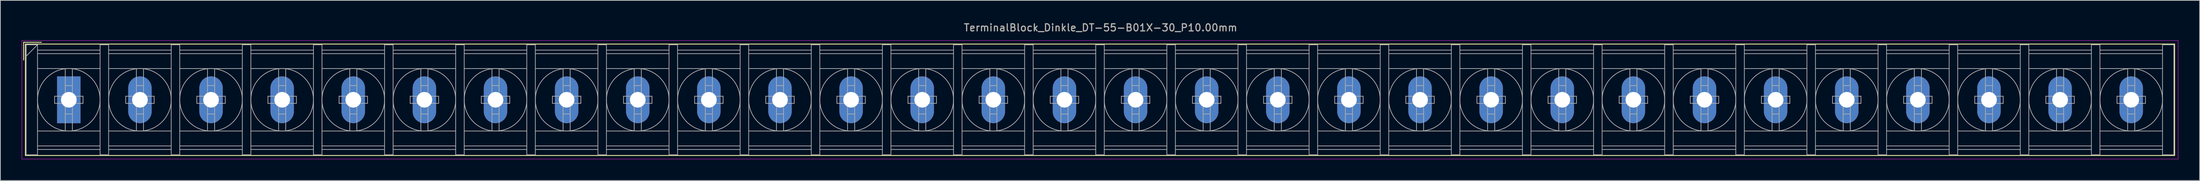
<source format=kicad_pcb>
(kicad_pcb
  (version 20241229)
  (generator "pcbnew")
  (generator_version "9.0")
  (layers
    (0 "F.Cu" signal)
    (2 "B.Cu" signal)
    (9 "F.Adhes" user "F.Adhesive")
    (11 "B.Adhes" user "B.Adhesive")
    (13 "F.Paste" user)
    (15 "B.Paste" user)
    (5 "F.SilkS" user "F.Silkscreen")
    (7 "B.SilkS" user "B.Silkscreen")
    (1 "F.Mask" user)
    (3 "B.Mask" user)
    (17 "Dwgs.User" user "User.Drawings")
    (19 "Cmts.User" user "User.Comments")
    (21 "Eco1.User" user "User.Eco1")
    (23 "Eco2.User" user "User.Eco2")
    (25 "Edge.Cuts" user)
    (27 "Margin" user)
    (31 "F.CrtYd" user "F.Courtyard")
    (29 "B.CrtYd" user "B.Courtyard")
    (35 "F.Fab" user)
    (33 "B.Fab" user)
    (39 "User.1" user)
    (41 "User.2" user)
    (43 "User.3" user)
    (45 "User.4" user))
  (footprint "TerminalBlock_Dinkle_DT-55-B01X-30_P10.00mm"
    (layer "F.Cu")
    (at 6.625 11.008)
    (property "Reference" "TerminalBlock_Dinkle_DT-55-B01X-30_P10.00mm" (at 145.08 -10.16 0) (layer "F.SilkS") (effects (font (size 1 1) (thickness 0.15))))
    (attr through_hole)
    (fp_line (start -6.35 -8.1) (end -3.85 -8.1) (stroke (width 0.12) (type solid)) (layer "F.SilkS"))
    (fp_line (start -6.35 -5.6) (end -6.35 -8.1) (stroke (width 0.12) (type solid)) (layer "F.SilkS"))
    (fp_line (start -6.1 -7.85) (end 296.1 -7.85) (stroke (width 0.12) (type solid)) (layer "F.SilkS"))
    (fp_line (start -6.1 7.85) (end -6.1 -7.85) (stroke (width 0.12) (type solid)) (layer "F.SilkS"))
    (fp_line (start -6.1 7.85) (end 296.1 7.85) (stroke (width 0.12) (type solid)) (layer "F.SilkS"))
    (fp_line (start 296.1 -7.85) (end 296.1 7.85) (stroke (width 0.12) (type solid)) (layer "F.SilkS"))
    (fp_line (start -6.6 -8.35) (end 296.6 -8.35) (stroke (width 0.05) (type solid)) (layer "F.CrtYd"))
    (fp_line (start -6.6 8.35) (end -6.6 -8.35) (stroke (width 0.05) (type solid)) (layer "F.CrtYd"))
    (fp_line (start -6.6 8.35) (end 296.6 8.35) (stroke (width 0.05) (type solid)) (layer "F.CrtYd"))
    (fp_line (start 296.6 -8.35) (end 296.6 8.35) (stroke (width 0.05) (type solid)) (layer "F.CrtYd"))
    (fp_line (start -6 -7.75) (end -6 7.75) (stroke (width 0.1) (type solid)) (layer "F.Fab"))
    (fp_line (start -6 -7.75) (end -4.4 -7.75) (stroke (width 0.1) (type solid)) (layer "F.Fab"))
    (fp_line (start -6 7.75) (end -4.4 7.75) (stroke (width 0.1) (type solid)) (layer "F.Fab"))
    (fp_line (start -4.4 -7.75) (end -6 -6.15) (stroke (width 0.1) (type solid)) (layer "F.Fab"))
    (fp_line (start -4.4 -7.75) (end -4.4 7.75) (stroke (width 0.1) (type solid)) (layer "F.Fab"))
    (fp_line (start -4.4 -7) (end 4.4 -7) (stroke (width 0.1) (type solid)) (layer "F.Fab"))
    (fp_line (start -4.4 -6.5) (end 4.4 -6.5) (stroke (width 0.1) (type solid)) (layer "F.Fab"))
    (fp_line (start -4.4 -4.4) (end 4.4 -4.4) (stroke (width 0.1) (type solid)) (layer "F.Fab"))
    (fp_line (start -4.4 4.4) (end 4.4 4.4) (stroke (width 0.1) (type solid)) (layer "F.Fab"))
    (fp_line (start -4.4 6.5) (end 4.4 6.5) (stroke (width 0.1) (type solid)) (layer "F.Fab"))
    (fp_line (start -4.4 7) (end 4.4 7) (stroke (width 0.1) (type solid)) (layer "F.Fab"))
    (fp_line (start -2 -0.5) (end -2 0.5) (stroke (width 0.1) (type solid)) (layer "F.Fab"))
    (fp_line (start -2 0.5) (end -0.5 0.5) (stroke (width 0.1) (type solid)) (layer "F.Fab"))
    (fp_line (start -0.5 -4.35) (end -0.5 -0.5) (stroke (width 0.1) (type solid)) (layer "F.Fab"))
    (fp_line (start -0.5 -2) (end 0.5 -2) (stroke (width 0.1) (type solid)) (layer "F.Fab"))
    (fp_line (start -0.5 -0.5) (end -2 -0.5) (stroke (width 0.1) (type solid)) (layer "F.Fab"))
    (fp_line (start -0.5 0.5) (end -0.5 4.35) (stroke (width 0.1) (type solid)) (layer "F.Fab"))
    (fp_line (start -0.5 2) (end 0.5 2) (stroke (width 0.1) (type solid)) (layer "F.Fab"))
    (fp_line (start 0.5 -4.35) (end 0.5 -0.5) (stroke (width 0.1) (type solid)) (layer "F.Fab"))
    (fp_line (start 0.5 -0.5) (end 2 -0.5) (stroke (width 0.1) (type solid)) (layer "F.Fab"))
    (fp_line (start 0.5 0.5) (end 0.5 4.35) (stroke (width 0.1) (type solid)) (layer "F.Fab"))
    (fp_line (start 2 -0.5) (end 2 0.5) (stroke (width 0.1) (type solid)) (layer "F.Fab"))
    (fp_line (start 2 0.5) (end 0.5 0.5) (stroke (width 0.1) (type solid)) (layer "F.Fab"))
    (fp_line (start 4.4 -7.75) (end 4.4 7.75) (stroke (width 0.1) (type solid)) (layer "F.Fab"))
    (fp_line (start 4.4 -7.75) (end 5.6 -7.75) (stroke (width 0.1) (type solid)) (layer "F.Fab"))
    (fp_line (start 4.4 7.75) (end 5.6 7.75) (stroke (width 0.1) (type solid)) (layer "F.Fab"))
    (fp_line (start 5.6 -7.75) (end 5.6 7.75) (stroke (width 0.1) (type solid)) (layer "F.Fab"))
    (fp_line (start 5.6 -7) (end 14.4 -7) (stroke (width 0.1) (type solid)) (layer "F.Fab"))
    (fp_line (start 5.6 -6.5) (end 14.4 -6.5) (stroke (width 0.1) (type solid)) (layer "F.Fab"))
    (fp_line (start 5.6 -4.4) (end 14.4 -4.4) (stroke (width 0.1) (type solid)) (layer "F.Fab"))
    (fp_line (start 5.6 4.4) (end 14.4 4.4) (stroke (width 0.1) (type solid)) (layer "F.Fab"))
    (fp_line (start 5.6 6.5) (end 14.4 6.5) (stroke (width 0.1) (type solid)) (layer "F.Fab"))
    (fp_line (start 5.6 7) (end 14.4 7) (stroke (width 0.1) (type solid)) (layer "F.Fab"))
    (fp_line (start 8 -0.5) (end 8 0.5) (stroke (width 0.1) (type solid)) (layer "F.Fab"))
    (fp_line (start 8 0.5) (end 9.5 0.5) (stroke (width 0.1) (type solid)) (layer "F.Fab"))
    (fp_line (start 9.5 -4.35) (end 9.5 -0.5) (stroke (width 0.1) (type solid)) (layer "F.Fab"))
    (fp_line (start 9.5 -2) (end 10.5 -2) (stroke (width 0.1) (type solid)) (layer "F.Fab"))
    (fp_line (start 9.5 -0.5) (end 8 -0.5) (stroke (width 0.1) (type solid)) (layer "F.Fab"))
    (fp_line (start 9.5 0.5) (end 9.5 4.35) (stroke (width 0.1) (type solid)) (layer "F.Fab"))
    (fp_line (start 9.5 2) (end 10.5 2) (stroke (width 0.1) (type solid)) (layer "F.Fab"))
    (fp_line (start 10.5 -4.35) (end 10.5 -0.5) (stroke (width 0.1) (type solid)) (layer "F.Fab"))
    (fp_line (start 10.5 -0.5) (end 12 -0.5) (stroke (width 0.1) (type solid)) (layer "F.Fab"))
    (fp_line (start 10.5 0.5) (end 10.5 4.35) (stroke (width 0.1) (type solid)) (layer "F.Fab"))
    (fp_line (start 12 -0.5) (end 12 0.5) (stroke (width 0.1) (type solid)) (layer "F.Fab"))
    (fp_line (start 12 0.5) (end 10.5 0.5) (stroke (width 0.1) (type solid)) (layer "F.Fab"))
    (fp_line (start 14.4 -7.75) (end 14.4 7.75) (stroke (width 0.1) (type solid)) (layer "F.Fab"))
    (fp_line (start 14.4 -7.75) (end 15.6 -7.75) (stroke (width 0.1) (type solid)) (layer "F.Fab"))
    (fp_line (start 14.4 7.75) (end 15.6 7.75) (stroke (width 0.1) (type solid)) (layer "F.Fab"))
    (fp_line (start 15.6 -7.75) (end 15.6 7.75) (stroke (width 0.1) (type solid)) (layer "F.Fab"))
    (fp_line (start 15.6 -7) (end 24.4 -7) (stroke (width 0.1) (type solid)) (layer "F.Fab"))
    (fp_line (start 15.6 -6.5) (end 24.4 -6.5) (stroke (width 0.1) (type solid)) (layer "F.Fab"))
    (fp_line (start 15.6 -4.4) (end 24.4 -4.4) (stroke (width 0.1) (type solid)) (layer "F.Fab"))
    (fp_line (start 15.6 4.4) (end 24.4 4.4) (stroke (width 0.1) (type solid)) (layer "F.Fab"))
    (fp_line (start 15.6 6.5) (end 24.4 6.5) (stroke (width 0.1) (type solid)) (layer "F.Fab"))
    (fp_line (start 15.6 7) (end 24.4 7) (stroke (width 0.1) (type solid)) (layer "F.Fab"))
    (fp_line (start 18 -0.5) (end 18 0.5) (stroke (width 0.1) (type solid)) (layer "F.Fab"))
    (fp_line (start 18 0.5) (end 19.5 0.5) (stroke (width 0.1) (type solid)) (layer "F.Fab"))
    (fp_line (start 19.5 -4.35) (end 19.5 -0.5) (stroke (width 0.1) (type solid)) (layer "F.Fab"))
    (fp_line (start 19.5 -2) (end 20.5 -2) (stroke (width 0.1) (type solid)) (layer "F.Fab"))
    (fp_line (start 19.5 -0.5) (end 18 -0.5) (stroke (width 0.1) (type solid)) (layer "F.Fab"))
    (fp_line (start 19.5 0.5) (end 19.5 4.35) (stroke (width 0.1) (type solid)) (layer "F.Fab"))
    (fp_line (start 19.5 2) (end 20.5 2) (stroke (width 0.1) (type solid)) (layer "F.Fab"))
    (fp_line (start 20.5 -4.35) (end 20.5 -0.5) (stroke (width 0.1) (type solid)) (layer "F.Fab"))
    (fp_line (start 20.5 -0.5) (end 22 -0.5) (stroke (width 0.1) (type solid)) (layer "F.Fab"))
    (fp_line (start 20.5 0.5) (end 20.5 4.35) (stroke (width 0.1) (type solid)) (layer "F.Fab"))
    (fp_line (start 22 -0.5) (end 22 0.5) (stroke (width 0.1) (type solid)) (layer "F.Fab"))
    (fp_line (start 22 0.5) (end 20.5 0.5) (stroke (width 0.1) (type solid)) (layer "F.Fab"))
    (fp_line (start 24.4 -7.75) (end 24.4 7.75) (stroke (width 0.1) (type solid)) (layer "F.Fab"))
    (fp_line (start 24.4 -7.75) (end 25.6 -7.75) (stroke (width 0.1) (type solid)) (layer "F.Fab"))
    (fp_line (start 24.4 7.75) (end 25.6 7.75) (stroke (width 0.1) (type solid)) (layer "F.Fab"))
    (fp_line (start 25.6 -7.75) (end 25.6 7.75) (stroke (width 0.1) (type solid)) (layer "F.Fab"))
    (fp_line (start 25.6 -7) (end 34.4 -7) (stroke (width 0.1) (type solid)) (layer "F.Fab"))
    (fp_line (start 25.6 -6.5) (end 34.4 -6.5) (stroke (width 0.1) (type solid)) (layer "F.Fab"))
    (fp_line (start 25.6 -4.4) (end 34.4 -4.4) (stroke (width 0.1) (type solid)) (layer "F.Fab"))
    (fp_line (start 25.6 4.4) (end 34.4 4.4) (stroke (width 0.1) (type solid)) (layer "F.Fab"))
    (fp_line (start 25.6 6.5) (end 34.4 6.5) (stroke (width 0.1) (type solid)) (layer "F.Fab"))
    (fp_line (start 25.6 7) (end 34.4 7) (stroke (width 0.1) (type solid)) (layer "F.Fab"))
    (fp_line (start 28 -0.5) (end 28 0.5) (stroke (width 0.1) (type solid)) (layer "F.Fab"))
    (fp_line (start 28 0.5) (end 29.5 0.5) (stroke (width 0.1) (type solid)) (layer "F.Fab"))
    (fp_line (start 29.5 -4.35) (end 29.5 -0.5) (stroke (width 0.1) (type solid)) (layer "F.Fab"))
    (fp_line (start 29.5 -2) (end 30.5 -2) (stroke (width 0.1) (type solid)) (layer "F.Fab"))
    (fp_line (start 29.5 -0.5) (end 28 -0.5) (stroke (width 0.1) (type solid)) (layer "F.Fab"))
    (fp_line (start 29.5 0.5) (end 29.5 4.35) (stroke (width 0.1) (type solid)) (layer "F.Fab"))
    (fp_line (start 29.5 2) (end 30.5 2) (stroke (width 0.1) (type solid)) (layer "F.Fab"))
    (fp_line (start 30.5 -4.35) (end 30.5 -0.5) (stroke (width 0.1) (type solid)) (layer "F.Fab"))
    (fp_line (start 30.5 -0.5) (end 32 -0.5) (stroke (width 0.1) (type solid)) (layer "F.Fab"))
    (fp_line (start 30.5 0.5) (end 30.5 4.35) (stroke (width 0.1) (type solid)) (layer "F.Fab"))
    (fp_line (start 32 -0.5) (end 32 0.5) (stroke (width 0.1) (type solid)) (layer "F.Fab"))
    (fp_line (start 32 0.5) (end 30.5 0.5) (stroke (width 0.1) (type solid)) (layer "F.Fab"))
    (fp_line (start 34.4 -7.75) (end 34.4 7.75) (stroke (width 0.1) (type solid)) (layer "F.Fab"))
    (fp_line (start 34.4 -7.75) (end 35.6 -7.75) (stroke (width 0.1) (type solid)) (layer "F.Fab"))
    (fp_line (start 34.4 7.75) (end 35.6 7.75) (stroke (width 0.1) (type solid)) (layer "F.Fab"))
    (fp_line (start 35.6 -7.75) (end 35.6 7.75) (stroke (width 0.1) (type solid)) (layer "F.Fab"))
    (fp_line (start 35.6 -7) (end 44.4 -7) (stroke (width 0.1) (type solid)) (layer "F.Fab"))
    (fp_line (start 35.6 -6.5) (end 44.4 -6.5) (stroke (width 0.1) (type solid)) (layer "F.Fab"))
    (fp_line (start 35.6 -4.4) (end 44.4 -4.4) (stroke (width 0.1) (type solid)) (layer "F.Fab"))
    (fp_line (start 35.6 4.4) (end 44.4 4.4) (stroke (width 0.1) (type solid)) (layer "F.Fab"))
    (fp_line (start 35.6 6.5) (end 44.4 6.5) (stroke (width 0.1) (type solid)) (layer "F.Fab"))
    (fp_line (start 35.6 7) (end 44.4 7) (stroke (width 0.1) (type solid)) (layer "F.Fab"))
    (fp_line (start 38 -0.5) (end 38 0.5) (stroke (width 0.1) (type solid)) (layer "F.Fab"))
    (fp_line (start 38 0.5) (end 39.5 0.5) (stroke (width 0.1) (type solid)) (layer "F.Fab"))
    (fp_line (start 39.5 -4.35) (end 39.5 -0.5) (stroke (width 0.1) (type solid)) (layer "F.Fab"))
    (fp_line (start 39.5 -2) (end 40.5 -2) (stroke (width 0.1) (type solid)) (layer "F.Fab"))
    (fp_line (start 39.5 -0.5) (end 38 -0.5) (stroke (width 0.1) (type solid)) (layer "F.Fab"))
    (fp_line (start 39.5 0.5) (end 39.5 4.35) (stroke (width 0.1) (type solid)) (layer "F.Fab"))
    (fp_line (start 39.5 2) (end 40.5 2) (stroke (width 0.1) (type solid)) (layer "F.Fab"))
    (fp_line (start 40.5 -4.35) (end 40.5 -0.5) (stroke (width 0.1) (type solid)) (layer "F.Fab"))
    (fp_line (start 40.5 -0.5) (end 42 -0.5) (stroke (width 0.1) (type solid)) (layer "F.Fab"))
    (fp_line (start 40.5 0.5) (end 40.5 4.35) (stroke (width 0.1) (type solid)) (layer "F.Fab"))
    (fp_line (start 42 -0.5) (end 42 0.5) (stroke (width 0.1) (type solid)) (layer "F.Fab"))
    (fp_line (start 42 0.5) (end 40.5 0.5) (stroke (width 0.1) (type solid)) (layer "F.Fab"))
    (fp_line (start 44.4 -7.75) (end 44.4 7.75) (stroke (width 0.1) (type solid)) (layer "F.Fab"))
    (fp_line (start 44.4 -7.75) (end 45.6 -7.75) (stroke (width 0.1) (type solid)) (layer "F.Fab"))
    (fp_line (start 44.4 7.75) (end 45.6 7.75) (stroke (width 0.1) (type solid)) (layer "F.Fab"))
    (fp_line (start 45.6 -7.75) (end 45.6 7.75) (stroke (width 0.1) (type solid)) (layer "F.Fab"))
    (fp_line (start 45.6 -7) (end 54.4 -7) (stroke (width 0.1) (type solid)) (layer "F.Fab"))
    (fp_line (start 45.6 -6.5) (end 54.4 -6.5) (stroke (width 0.1) (type solid)) (layer "F.Fab"))
    (fp_line (start 45.6 -4.4) (end 54.4 -4.4) (stroke (width 0.1) (type solid)) (layer "F.Fab"))
    (fp_line (start 45.6 4.4) (end 54.4 4.4) (stroke (width 0.1) (type solid)) (layer "F.Fab"))
    (fp_line (start 45.6 6.5) (end 54.4 6.5) (stroke (width 0.1) (type solid)) (layer "F.Fab"))
    (fp_line (start 45.6 7) (end 54.4 7) (stroke (width 0.1) (type solid)) (layer "F.Fab"))
    (fp_line (start 48 -0.5) (end 48 0.5) (stroke (width 0.1) (type solid)) (layer "F.Fab"))
    (fp_line (start 48 0.5) (end 49.5 0.5) (stroke (width 0.1) (type solid)) (layer "F.Fab"))
    (fp_line (start 49.5 -4.35) (end 49.5 -0.5) (stroke (width 0.1) (type solid)) (layer "F.Fab"))
    (fp_line (start 49.5 -2) (end 50.5 -2) (stroke (width 0.1) (type solid)) (layer "F.Fab"))
    (fp_line (start 49.5 -0.5) (end 48 -0.5) (stroke (width 0.1) (type solid)) (layer "F.Fab"))
    (fp_line (start 49.5 0.5) (end 49.5 4.35) (stroke (width 0.1) (type solid)) (layer "F.Fab"))
    (fp_line (start 49.5 2) (end 50.5 2) (stroke (width 0.1) (type solid)) (layer "F.Fab"))
    (fp_line (start 50.5 -4.35) (end 50.5 -0.5) (stroke (width 0.1) (type solid)) (layer "F.Fab"))
    (fp_line (start 50.5 -0.5) (end 52 -0.5) (stroke (width 0.1) (type solid)) (layer "F.Fab"))
    (fp_line (start 50.5 0.5) (end 50.5 4.35) (stroke (width 0.1) (type solid)) (layer "F.Fab"))
    (fp_line (start 52 -0.5) (end 52 0.5) (stroke (width 0.1) (type solid)) (layer "F.Fab"))
    (fp_line (start 52 0.5) (end 50.5 0.5) (stroke (width 0.1) (type solid)) (layer "F.Fab"))
    (fp_line (start 54.4 -7.75) (end 54.4 7.75) (stroke (width 0.1) (type solid)) (layer "F.Fab"))
    (fp_line (start 54.4 -7.75) (end 55.6 -7.75) (stroke (width 0.1) (type solid)) (layer "F.Fab"))
    (fp_line (start 54.4 7.75) (end 55.6 7.75) (stroke (width 0.1) (type solid)) (layer "F.Fab"))
    (fp_line (start 55.6 -7.75) (end 55.6 7.75) (stroke (width 0.1) (type solid)) (layer "F.Fab"))
    (fp_line (start 55.6 -7) (end 64.4 -7) (stroke (width 0.1) (type solid)) (layer "F.Fab"))
    (fp_line (start 55.6 -6.5) (end 64.4 -6.5) (stroke (width 0.1) (type solid)) (layer "F.Fab"))
    (fp_line (start 55.6 -4.4) (end 64.4 -4.4) (stroke (width 0.1) (type solid)) (layer "F.Fab"))
    (fp_line (start 55.6 4.4) (end 64.4 4.4) (stroke (width 0.1) (type solid)) (layer "F.Fab"))
    (fp_line (start 55.6 6.5) (end 64.4 6.5) (stroke (width 0.1) (type solid)) (layer "F.Fab"))
    (fp_line (start 55.6 7) (end 64.4 7) (stroke (width 0.1) (type solid)) (layer "F.Fab"))
    (fp_line (start 58 -0.5) (end 58 0.5) (stroke (width 0.1) (type solid)) (layer "F.Fab"))
    (fp_line (start 58 0.5) (end 59.5 0.5) (stroke (width 0.1) (type solid)) (layer "F.Fab"))
    (fp_line (start 59.5 -4.35) (end 59.5 -0.5) (stroke (width 0.1) (type solid)) (layer "F.Fab"))
    (fp_line (start 59.5 -2) (end 60.5 -2) (stroke (width 0.1) (type solid)) (layer "F.Fab"))
    (fp_line (start 59.5 -0.5) (end 58 -0.5) (stroke (width 0.1) (type solid)) (layer "F.Fab"))
    (fp_line (start 59.5 0.5) (end 59.5 4.35) (stroke (width 0.1) (type solid)) (layer "F.Fab"))
    (fp_line (start 59.5 2) (end 60.5 2) (stroke (width 0.1) (type solid)) (layer "F.Fab"))
    (fp_line (start 60.5 -4.35) (end 60.5 -0.5) (stroke (width 0.1) (type solid)) (layer "F.Fab"))
    (fp_line (start 60.5 -0.5) (end 62 -0.5) (stroke (width 0.1) (type solid)) (layer "F.Fab"))
    (fp_line (start 60.5 0.5) (end 60.5 4.35) (stroke (width 0.1) (type solid)) (layer "F.Fab"))
    (fp_line (start 62 -0.5) (end 62 0.5) (stroke (width 0.1) (type solid)) (layer "F.Fab"))
    (fp_line (start 62 0.5) (end 60.5 0.5) (stroke (width 0.1) (type solid)) (layer "F.Fab"))
    (fp_line (start 64.4 -7.75) (end 64.4 7.75) (stroke (width 0.1) (type solid)) (layer "F.Fab"))
    (fp_line (start 64.4 -7.75) (end 65.6 -7.75) (stroke (width 0.1) (type solid)) (layer "F.Fab"))
    (fp_line (start 64.4 7.75) (end 65.6 7.75) (stroke (width 0.1) (type solid)) (layer "F.Fab"))
    (fp_line (start 65.6 -7.75) (end 65.6 7.75) (stroke (width 0.1) (type solid)) (layer "F.Fab"))
    (fp_line (start 65.6 -7) (end 74.4 -7) (stroke (width 0.1) (type solid)) (layer "F.Fab"))
    (fp_line (start 65.6 -6.5) (end 74.4 -6.5) (stroke (width 0.1) (type solid)) (layer "F.Fab"))
    (fp_line (start 65.6 -4.4) (end 74.4 -4.4) (stroke (width 0.1) (type solid)) (layer "F.Fab"))
    (fp_line (start 65.6 4.4) (end 74.4 4.4) (stroke (width 0.1) (type solid)) (layer "F.Fab"))
    (fp_line (start 65.6 6.5) (end 74.4 6.5) (stroke (width 0.1) (type solid)) (layer "F.Fab"))
    (fp_line (start 65.6 7) (end 74.4 7) (stroke (width 0.1) (type solid)) (layer "F.Fab"))
    (fp_line (start 68 -0.5) (end 68 0.5) (stroke (width 0.1) (type solid)) (layer "F.Fab"))
    (fp_line (start 68 0.5) (end 69.5 0.5) (stroke (width 0.1) (type solid)) (layer "F.Fab"))
    (fp_line (start 69.5 -4.35) (end 69.5 -0.5) (stroke (width 0.1) (type solid)) (layer "F.Fab"))
    (fp_line (start 69.5 -2) (end 70.5 -2) (stroke (width 0.1) (type solid)) (layer "F.Fab"))
    (fp_line (start 69.5 -0.5) (end 68 -0.5) (stroke (width 0.1) (type solid)) (layer "F.Fab"))
    (fp_line (start 69.5 0.5) (end 69.5 4.35) (stroke (width 0.1) (type solid)) (layer "F.Fab"))
    (fp_line (start 69.5 2) (end 70.5 2) (stroke (width 0.1) (type solid)) (layer "F.Fab"))
    (fp_line (start 70.5 -4.35) (end 70.5 -0.5) (stroke (width 0.1) (type solid)) (layer "F.Fab"))
    (fp_line (start 70.5 -0.5) (end 72 -0.5) (stroke (width 0.1) (type solid)) (layer "F.Fab"))
    (fp_line (start 70.5 0.5) (end 70.5 4.35) (stroke (width 0.1) (type solid)) (layer "F.Fab"))
    (fp_line (start 72 -0.5) (end 72 0.5) (stroke (width 0.1) (type solid)) (layer "F.Fab"))
    (fp_line (start 72 0.5) (end 70.5 0.5) (stroke (width 0.1) (type solid)) (layer "F.Fab"))
    (fp_line (start 74.4 -7.75) (end 74.4 7.75) (stroke (width 0.1) (type solid)) (layer "F.Fab"))
    (fp_line (start 74.4 -7.75) (end 75.6 -7.75) (stroke (width 0.1) (type solid)) (layer "F.Fab"))
    (fp_line (start 74.4 7.75) (end 75.6 7.75) (stroke (width 0.1) (type solid)) (layer "F.Fab"))
    (fp_line (start 75.6 -7.75) (end 75.6 7.75) (stroke (width 0.1) (type solid)) (layer "F.Fab"))
    (fp_line (start 75.6 -7) (end 84.4 -7) (stroke (width 0.1) (type solid)) (layer "F.Fab"))
    (fp_line (start 75.6 -6.5) (end 84.4 -6.5) (stroke (width 0.1) (type solid)) (layer "F.Fab"))
    (fp_line (start 75.6 -4.4) (end 84.4 -4.4) (stroke (width 0.1) (type solid)) (layer "F.Fab"))
    (fp_line (start 75.6 4.4) (end 84.4 4.4) (stroke (width 0.1) (type solid)) (layer "F.Fab"))
    (fp_line (start 75.6 6.5) (end 84.4 6.5) (stroke (width 0.1) (type solid)) (layer "F.Fab"))
    (fp_line (start 75.6 7) (end 84.4 7) (stroke (width 0.1) (type solid)) (layer "F.Fab"))
    (fp_line (start 78 -0.5) (end 78 0.5) (stroke (width 0.1) (type solid)) (layer "F.Fab"))
    (fp_line (start 78 0.5) (end 79.5 0.5) (stroke (width 0.1) (type solid)) (layer "F.Fab"))
    (fp_line (start 79.5 -4.35) (end 79.5 -0.5) (stroke (width 0.1) (type solid)) (layer "F.Fab"))
    (fp_line (start 79.5 -2) (end 80.5 -2) (stroke (width 0.1) (type solid)) (layer "F.Fab"))
    (fp_line (start 79.5 -0.5) (end 78 -0.5) (stroke (width 0.1) (type solid)) (layer "F.Fab"))
    (fp_line (start 79.5 0.5) (end 79.5 4.35) (stroke (width 0.1) (type solid)) (layer "F.Fab"))
    (fp_line (start 79.5 2) (end 80.5 2) (stroke (width 0.1) (type solid)) (layer "F.Fab"))
    (fp_line (start 80.5 -4.35) (end 80.5 -0.5) (stroke (width 0.1) (type solid)) (layer "F.Fab"))
    (fp_line (start 80.5 -0.5) (end 82 -0.5) (stroke (width 0.1) (type solid)) (layer "F.Fab"))
    (fp_line (start 80.5 0.5) (end 80.5 4.35) (stroke (width 0.1) (type solid)) (layer "F.Fab"))
    (fp_line (start 82 -0.5) (end 82 0.5) (stroke (width 0.1) (type solid)) (layer "F.Fab"))
    (fp_line (start 82 0.5) (end 80.5 0.5) (stroke (width 0.1) (type solid)) (layer "F.Fab"))
    (fp_line (start 84.4 -7.75) (end 84.4 7.75) (stroke (width 0.1) (type solid)) (layer "F.Fab"))
    (fp_line (start 84.4 -7.75) (end 85.6 -7.75) (stroke (width 0.1) (type solid)) (layer "F.Fab"))
    (fp_line (start 84.4 7.75) (end 85.6 7.75) (stroke (width 0.1) (type solid)) (layer "F.Fab"))
    (fp_line (start 85.6 -7.75) (end 85.6 7.75) (stroke (width 0.1) (type solid)) (layer "F.Fab"))
    (fp_line (start 85.6 -7) (end 94.4 -7) (stroke (width 0.1) (type solid)) (layer "F.Fab"))
    (fp_line (start 85.6 -6.5) (end 94.4 -6.5) (stroke (width 0.1) (type solid)) (layer "F.Fab"))
    (fp_line (start 85.6 -4.4) (end 94.4 -4.4) (stroke (width 0.1) (type solid)) (layer "F.Fab"))
    (fp_line (start 85.6 4.4) (end 94.4 4.4) (stroke (width 0.1) (type solid)) (layer "F.Fab"))
    (fp_line (start 85.6 6.5) (end 94.4 6.5) (stroke (width 0.1) (type solid)) (layer "F.Fab"))
    (fp_line (start 85.6 7) (end 94.4 7) (stroke (width 0.1) (type solid)) (layer "F.Fab"))
    (fp_line (start 88 -0.5) (end 88 0.5) (stroke (width 0.1) (type solid)) (layer "F.Fab"))
    (fp_line (start 88 0.5) (end 89.5 0.5) (stroke (width 0.1) (type solid)) (layer "F.Fab"))
    (fp_line (start 89.5 -4.35) (end 89.5 -0.5) (stroke (width 0.1) (type solid)) (layer "F.Fab"))
    (fp_line (start 89.5 -2) (end 90.5 -2) (stroke (width 0.1) (type solid)) (layer "F.Fab"))
    (fp_line (start 89.5 -0.5) (end 88 -0.5) (stroke (width 0.1) (type solid)) (layer "F.Fab"))
    (fp_line (start 89.5 0.5) (end 89.5 4.35) (stroke (width 0.1) (type solid)) (layer "F.Fab"))
    (fp_line (start 89.5 2) (end 90.5 2) (stroke (width 0.1) (type solid)) (layer "F.Fab"))
    (fp_line (start 90.5 -4.35) (end 90.5 -0.5) (stroke (width 0.1) (type solid)) (layer "F.Fab"))
    (fp_line (start 90.5 -0.5) (end 92 -0.5) (stroke (width 0.1) (type solid)) (layer "F.Fab"))
    (fp_line (start 90.5 0.5) (end 90.5 4.35) (stroke (width 0.1) (type solid)) (layer "F.Fab"))
    (fp_line (start 92 -0.5) (end 92 0.5) (stroke (width 0.1) (type solid)) (layer "F.Fab"))
    (fp_line (start 92 0.5) (end 90.5 0.5) (stroke (width 0.1) (type solid)) (layer "F.Fab"))
    (fp_line (start 94.4 -7.75) (end 94.4 7.75) (stroke (width 0.1) (type solid)) (layer "F.Fab"))
    (fp_line (start 94.4 -7.75) (end 95.6 -7.75) (stroke (width 0.1) (type solid)) (layer "F.Fab"))
    (fp_line (start 94.4 7.75) (end 95.6 7.75) (stroke (width 0.1) (type solid)) (layer "F.Fab"))
    (fp_line (start 95.6 -7.75) (end 95.6 7.75) (stroke (width 0.1) (type solid)) (layer "F.Fab"))
    (fp_line (start 95.6 -7) (end 104.4 -7) (stroke (width 0.1) (type solid)) (layer "F.Fab"))
    (fp_line (start 95.6 -6.5) (end 104.4 -6.5) (stroke (width 0.1) (type solid)) (layer "F.Fab"))
    (fp_line (start 95.6 -4.4) (end 104.4 -4.4) (stroke (width 0.1) (type solid)) (layer "F.Fab"))
    (fp_line (start 95.6 4.4) (end 104.4 4.4) (stroke (width 0.1) (type solid)) (layer "F.Fab"))
    (fp_line (start 95.6 6.5) (end 104.4 6.5) (stroke (width 0.1) (type solid)) (layer "F.Fab"))
    (fp_line (start 95.6 7) (end 104.4 7) (stroke (width 0.1) (type solid)) (layer "F.Fab"))
    (fp_line (start 98 -0.5) (end 98 0.5) (stroke (width 0.1) (type solid)) (layer "F.Fab"))
    (fp_line (start 98 0.5) (end 99.5 0.5) (stroke (width 0.1) (type solid)) (layer "F.Fab"))
    (fp_line (start 99.5 -4.35) (end 99.5 -0.5) (stroke (width 0.1) (type solid)) (layer "F.Fab"))
    (fp_line (start 99.5 -2) (end 100.5 -2) (stroke (width 0.1) (type solid)) (layer "F.Fab"))
    (fp_line (start 99.5 -0.5) (end 98 -0.5) (stroke (width 0.1) (type solid)) (layer "F.Fab"))
    (fp_line (start 99.5 0.5) (end 99.5 4.35) (stroke (width 0.1) (type solid)) (layer "F.Fab"))
    (fp_line (start 99.5 2) (end 100.5 2) (stroke (width 0.1) (type solid)) (layer "F.Fab"))
    (fp_line (start 100.5 -4.35) (end 100.5 -0.5) (stroke (width 0.1) (type solid)) (layer "F.Fab"))
    (fp_line (start 100.5 -0.5) (end 102 -0.5) (stroke (width 0.1) (type solid)) (layer "F.Fab"))
    (fp_line (start 100.5 0.5) (end 100.5 4.35) (stroke (width 0.1) (type solid)) (layer "F.Fab"))
    (fp_line (start 102 -0.5) (end 102 0.5) (stroke (width 0.1) (type solid)) (layer "F.Fab"))
    (fp_line (start 102 0.5) (end 100.5 0.5) (stroke (width 0.1) (type solid)) (layer "F.Fab"))
    (fp_line (start 104.4 -7.75) (end 104.4 7.75) (stroke (width 0.1) (type solid)) (layer "F.Fab"))
    (fp_line (start 104.4 -7.75) (end 105.6 -7.75) (stroke (width 0.1) (type solid)) (layer "F.Fab"))
    (fp_line (start 104.4 7.75) (end 105.6 7.75) (stroke (width 0.1) (type solid)) (layer "F.Fab"))
    (fp_line (start 105.6 -7.75) (end 105.6 7.75) (stroke (width 0.1) (type solid)) (layer "F.Fab"))
    (fp_line (start 105.6 -7) (end 114.4 -7) (stroke (width 0.1) (type solid)) (layer "F.Fab"))
    (fp_line (start 105.6 -6.5) (end 114.4 -6.5) (stroke (width 0.1) (type solid)) (layer "F.Fab"))
    (fp_line (start 105.6 -4.4) (end 114.4 -4.4) (stroke (width 0.1) (type solid)) (layer "F.Fab"))
    (fp_line (start 105.6 4.4) (end 114.4 4.4) (stroke (width 0.1) (type solid)) (layer "F.Fab"))
    (fp_line (start 105.6 6.5) (end 114.4 6.5) (stroke (width 0.1) (type solid)) (layer "F.Fab"))
    (fp_line (start 105.6 7) (end 114.4 7) (stroke (width 0.1) (type solid)) (layer "F.Fab"))
    (fp_line (start 108 -0.5) (end 108 0.5) (stroke (width 0.1) (type solid)) (layer "F.Fab"))
    (fp_line (start 108 0.5) (end 109.5 0.5) (stroke (width 0.1) (type solid)) (layer "F.Fab"))
    (fp_line (start 109.5 -4.35) (end 109.5 -0.5) (stroke (width 0.1) (type solid)) (layer "F.Fab"))
    (fp_line (start 109.5 -2) (end 110.5 -2) (stroke (width 0.1) (type solid)) (layer "F.Fab"))
    (fp_line (start 109.5 -0.5) (end 108 -0.5) (stroke (width 0.1) (type solid)) (layer "F.Fab"))
    (fp_line (start 109.5 0.5) (end 109.5 4.35) (stroke (width 0.1) (type solid)) (layer "F.Fab"))
    (fp_line (start 109.5 2) (end 110.5 2) (stroke (width 0.1) (type solid)) (layer "F.Fab"))
    (fp_line (start 110.5 -4.35) (end 110.5 -0.5) (stroke (width 0.1) (type solid)) (layer "F.Fab"))
    (fp_line (start 110.5 -0.5) (end 112 -0.5) (stroke (width 0.1) (type solid)) (layer "F.Fab"))
    (fp_line (start 110.5 0.5) (end 110.5 4.35) (stroke (width 0.1) (type solid)) (layer "F.Fab"))
    (fp_line (start 112 -0.5) (end 112 0.5) (stroke (width 0.1) (type solid)) (layer "F.Fab"))
    (fp_line (start 112 0.5) (end 110.5 0.5) (stroke (width 0.1) (type solid)) (layer "F.Fab"))
    (fp_line (start 114.4 -7.75) (end 114.4 7.75) (stroke (width 0.1) (type solid)) (layer "F.Fab"))
    (fp_line (start 114.4 -7.75) (end 115.6 -7.75) (stroke (width 0.1) (type solid)) (layer "F.Fab"))
    (fp_line (start 114.4 7.75) (end 115.6 7.75) (stroke (width 0.1) (type solid)) (layer "F.Fab"))
    (fp_line (start 115.6 -7.75) (end 115.6 7.75) (stroke (width 0.1) (type solid)) (layer "F.Fab"))
    (fp_line (start 115.6 -7) (end 124.4 -7) (stroke (width 0.1) (type solid)) (layer "F.Fab"))
    (fp_line (start 115.6 -6.5) (end 124.4 -6.5) (stroke (width 0.1) (type solid)) (layer "F.Fab"))
    (fp_line (start 115.6 -4.4) (end 124.4 -4.4) (stroke (width 0.1) (type solid)) (layer "F.Fab"))
    (fp_line (start 115.6 4.4) (end 124.4 4.4) (stroke (width 0.1) (type solid)) (layer "F.Fab"))
    (fp_line (start 115.6 6.5) (end 124.4 6.5) (stroke (width 0.1) (type solid)) (layer "F.Fab"))
    (fp_line (start 115.6 7) (end 124.4 7) (stroke (width 0.1) (type solid)) (layer "F.Fab"))
    (fp_line (start 118 -0.5) (end 118 0.5) (stroke (width 0.1) (type solid)) (layer "F.Fab"))
    (fp_line (start 118 0.5) (end 119.5 0.5) (stroke (width 0.1) (type solid)) (layer "F.Fab"))
    (fp_line (start 119.5 -4.35) (end 119.5 -0.5) (stroke (width 0.1) (type solid)) (layer "F.Fab"))
    (fp_line (start 119.5 -2) (end 120.5 -2) (stroke (width 0.1) (type solid)) (layer "F.Fab"))
    (fp_line (start 119.5 -0.5) (end 118 -0.5) (stroke (width 0.1) (type solid)) (layer "F.Fab"))
    (fp_line (start 119.5 0.5) (end 119.5 4.35) (stroke (width 0.1) (type solid)) (layer "F.Fab"))
    (fp_line (start 119.5 2) (end 120.5 2) (stroke (width 0.1) (type solid)) (layer "F.Fab"))
    (fp_line (start 120.5 -4.35) (end 120.5 -0.5) (stroke (width 0.1) (type solid)) (layer "F.Fab"))
    (fp_line (start 120.5 -0.5) (end 122 -0.5) (stroke (width 0.1) (type solid)) (layer "F.Fab"))
    (fp_line (start 120.5 0.5) (end 120.5 4.35) (stroke (width 0.1) (type solid)) (layer "F.Fab"))
    (fp_line (start 122 -0.5) (end 122 0.5) (stroke (width 0.1) (type solid)) (layer "F.Fab"))
    (fp_line (start 122 0.5) (end 120.5 0.5) (stroke (width 0.1) (type solid)) (layer "F.Fab"))
    (fp_line (start 124.4 -7.75) (end 124.4 7.75) (stroke (width 0.1) (type solid)) (layer "F.Fab"))
    (fp_line (start 124.4 -7.75) (end 125.6 -7.75) (stroke (width 0.1) (type solid)) (layer "F.Fab"))
    (fp_line (start 124.4 7.75) (end 125.6 7.75) (stroke (width 0.1) (type solid)) (layer "F.Fab"))
    (fp_line (start 125.6 -7.75) (end 125.6 7.75) (stroke (width 0.1) (type solid)) (layer "F.Fab"))
    (fp_line (start 125.6 -7) (end 134.4 -7) (stroke (width 0.1) (type solid)) (layer "F.Fab"))
    (fp_line (start 125.6 -6.5) (end 134.4 -6.5) (stroke (width 0.1) (type solid)) (layer "F.Fab"))
    (fp_line (start 125.6 -4.4) (end 134.4 -4.4) (stroke (width 0.1) (type solid)) (layer "F.Fab"))
    (fp_line (start 125.6 4.4) (end 134.4 4.4) (stroke (width 0.1) (type solid)) (layer "F.Fab"))
    (fp_line (start 125.6 6.5) (end 134.4 6.5) (stroke (width 0.1) (type solid)) (layer "F.Fab"))
    (fp_line (start 125.6 7) (end 134.4 7) (stroke (width 0.1) (type solid)) (layer "F.Fab"))
    (fp_line (start 128 -0.5) (end 128 0.5) (stroke (width 0.1) (type solid)) (layer "F.Fab"))
    (fp_line (start 128 0.5) (end 129.5 0.5) (stroke (width 0.1) (type solid)) (layer "F.Fab"))
    (fp_line (start 129.5 -4.35) (end 129.5 -0.5) (stroke (width 0.1) (type solid)) (layer "F.Fab"))
    (fp_line (start 129.5 -2) (end 130.5 -2) (stroke (width 0.1) (type solid)) (layer "F.Fab"))
    (fp_line (start 129.5 -0.5) (end 128 -0.5) (stroke (width 0.1) (type solid)) (layer "F.Fab"))
    (fp_line (start 129.5 0.5) (end 129.5 4.35) (stroke (width 0.1) (type solid)) (layer "F.Fab"))
    (fp_line (start 129.5 2) (end 130.5 2) (stroke (width 0.1) (type solid)) (layer "F.Fab"))
    (fp_line (start 130.5 -4.35) (end 130.5 -0.5) (stroke (width 0.1) (type solid)) (layer "F.Fab"))
    (fp_line (start 130.5 -0.5) (end 132 -0.5) (stroke (width 0.1) (type solid)) (layer "F.Fab"))
    (fp_line (start 130.5 0.5) (end 130.5 4.35) (stroke (width 0.1) (type solid)) (layer "F.Fab"))
    (fp_line (start 132 -0.5) (end 132 0.5) (stroke (width 0.1) (type solid)) (layer "F.Fab"))
    (fp_line (start 132 0.5) (end 130.5 0.5) (stroke (width 0.1) (type solid)) (layer "F.Fab"))
    (fp_line (start 134.4 -7.75) (end 134.4 7.75) (stroke (width 0.1) (type solid)) (layer "F.Fab"))
    (fp_line (start 134.4 -7.75) (end 135.6 -7.75) (stroke (width 0.1) (type solid)) (layer "F.Fab"))
    (fp_line (start 134.4 7.75) (end 135.6 7.75) (stroke (width 0.1) (type solid)) (layer "F.Fab"))
    (fp_line (start 135.6 -7.75) (end 135.6 7.75) (stroke (width 0.1) (type solid)) (layer "F.Fab"))
    (fp_line (start 135.6 -7) (end 144.4 -7) (stroke (width 0.1) (type solid)) (layer "F.Fab"))
    (fp_line (start 135.6 -6.5) (end 144.4 -6.5) (stroke (width 0.1) (type solid)) (layer "F.Fab"))
    (fp_line (start 135.6 -4.4) (end 144.4 -4.4) (stroke (width 0.1) (type solid)) (layer "F.Fab"))
    (fp_line (start 135.6 4.4) (end 144.4 4.4) (stroke (width 0.1) (type solid)) (layer "F.Fab"))
    (fp_line (start 135.6 6.5) (end 144.4 6.5) (stroke (width 0.1) (type solid)) (layer "F.Fab"))
    (fp_line (start 135.6 7) (end 144.4 7) (stroke (width 0.1) (type solid)) (layer "F.Fab"))
    (fp_line (start 138 -0.5) (end 138 0.5) (stroke (width 0.1) (type solid)) (layer "F.Fab"))
    (fp_line (start 138 0.5) (end 139.5 0.5) (stroke (width 0.1) (type solid)) (layer "F.Fab"))
    (fp_line (start 139.5 -4.35) (end 139.5 -0.5) (stroke (width 0.1) (type solid)) (layer "F.Fab"))
    (fp_line (start 139.5 -2) (end 140.5 -2) (stroke (width 0.1) (type solid)) (layer "F.Fab"))
    (fp_line (start 139.5 -0.5) (end 138 -0.5) (stroke (width 0.1) (type solid)) (layer "F.Fab"))
    (fp_line (start 139.5 0.5) (end 139.5 4.35) (stroke (width 0.1) (type solid)) (layer "F.Fab"))
    (fp_line (start 139.5 2) (end 140.5 2) (stroke (width 0.1) (type solid)) (layer "F.Fab"))
    (fp_line (start 140.5 -4.35) (end 140.5 -0.5) (stroke (width 0.1) (type solid)) (layer "F.Fab"))
    (fp_line (start 140.5 -0.5) (end 142 -0.5) (stroke (width 0.1) (type solid)) (layer "F.Fab"))
    (fp_line (start 140.5 0.5) (end 140.5 4.35) (stroke (width 0.1) (type solid)) (layer "F.Fab"))
    (fp_line (start 142 -0.5) (end 142 0.5) (stroke (width 0.1) (type solid)) (layer "F.Fab"))
    (fp_line (start 142 0.5) (end 140.5 0.5) (stroke (width 0.1) (type solid)) (layer "F.Fab"))
    (fp_line (start 144.4 -7.75) (end 144.4 7.75) (stroke (width 0.1) (type solid)) (layer "F.Fab"))
    (fp_line (start 144.4 -7.75) (end 145.6 -7.75) (stroke (width 0.1) (type solid)) (layer "F.Fab"))
    (fp_line (start 144.4 7.75) (end 145.6 7.75) (stroke (width 0.1) (type solid)) (layer "F.Fab"))
    (fp_line (start 145.6 -7.75) (end 145.6 7.75) (stroke (width 0.1) (type solid)) (layer "F.Fab"))
    (fp_line (start 145.6 -7) (end 154.4 -7) (stroke (width 0.1) (type solid)) (layer "F.Fab"))
    (fp_line (start 145.6 -6.5) (end 154.4 -6.5) (stroke (width 0.1) (type solid)) (layer "F.Fab"))
    (fp_line (start 145.6 -4.4) (end 154.4 -4.4) (stroke (width 0.1) (type solid)) (layer "F.Fab"))
    (fp_line (start 145.6 4.4) (end 154.4 4.4) (stroke (width 0.1) (type solid)) (layer "F.Fab"))
    (fp_line (start 145.6 6.5) (end 154.4 6.5) (stroke (width 0.1) (type solid)) (layer "F.Fab"))
    (fp_line (start 145.6 7) (end 154.4 7) (stroke (width 0.1) (type solid)) (layer "F.Fab"))
    (fp_line (start 148 -0.5) (end 148 0.5) (stroke (width 0.1) (type solid)) (layer "F.Fab"))
    (fp_line (start 148 0.5) (end 149.5 0.5) (stroke (width 0.1) (type solid)) (layer "F.Fab"))
    (fp_line (start 149.5 -4.35) (end 149.5 -0.5) (stroke (width 0.1) (type solid)) (layer "F.Fab"))
    (fp_line (start 149.5 -2) (end 150.5 -2) (stroke (width 0.1) (type solid)) (layer "F.Fab"))
    (fp_line (start 149.5 -0.5) (end 148 -0.5) (stroke (width 0.1) (type solid)) (layer "F.Fab"))
    (fp_line (start 149.5 0.5) (end 149.5 4.35) (stroke (width 0.1) (type solid)) (layer "F.Fab"))
    (fp_line (start 149.5 2) (end 150.5 2) (stroke (width 0.1) (type solid)) (layer "F.Fab"))
    (fp_line (start 150.5 -4.35) (end 150.5 -0.5) (stroke (width 0.1) (type solid)) (layer "F.Fab"))
    (fp_line (start 150.5 -0.5) (end 152 -0.5) (stroke (width 0.1) (type solid)) (layer "F.Fab"))
    (fp_line (start 150.5 0.5) (end 150.5 4.35) (stroke (width 0.1) (type solid)) (layer "F.Fab"))
    (fp_line (start 152 -0.5) (end 152 0.5) (stroke (width 0.1) (type solid)) (layer "F.Fab"))
    (fp_line (start 152 0.5) (end 150.5 0.5) (stroke (width 0.1) (type solid)) (layer "F.Fab"))
    (fp_line (start 154.4 -7.75) (end 154.4 7.75) (stroke (width 0.1) (type solid)) (layer "F.Fab"))
    (fp_line (start 154.4 -7.75) (end 155.6 -7.75) (stroke (width 0.1) (type solid)) (layer "F.Fab"))
    (fp_line (start 154.4 7.75) (end 155.6 7.75) (stroke (width 0.1) (type solid)) (layer "F.Fab"))
    (fp_line (start 155.6 -7.75) (end 155.6 7.75) (stroke (width 0.1) (type solid)) (layer "F.Fab"))
    (fp_line (start 155.6 -7) (end 164.4 -7) (stroke (width 0.1) (type solid)) (layer "F.Fab"))
    (fp_line (start 155.6 -6.5) (end 164.4 -6.5) (stroke (width 0.1) (type solid)) (layer "F.Fab"))
    (fp_line (start 155.6 -4.4) (end 164.4 -4.4) (stroke (width 0.1) (type solid)) (layer "F.Fab"))
    (fp_line (start 155.6 4.4) (end 164.4 4.4) (stroke (width 0.1) (type solid)) (layer "F.Fab"))
    (fp_line (start 155.6 6.5) (end 164.4 6.5) (stroke (width 0.1) (type solid)) (layer "F.Fab"))
    (fp_line (start 155.6 7) (end 164.4 7) (stroke (width 0.1) (type solid)) (layer "F.Fab"))
    (fp_line (start 158 -0.5) (end 158 0.5) (stroke (width 0.1) (type solid)) (layer "F.Fab"))
    (fp_line (start 158 0.5) (end 159.5 0.5) (stroke (width 0.1) (type solid)) (layer "F.Fab"))
    (fp_line (start 159.5 -4.35) (end 159.5 -0.5) (stroke (width 0.1) (type solid)) (layer "F.Fab"))
    (fp_line (start 159.5 -2) (end 160.5 -2) (stroke (width 0.1) (type solid)) (layer "F.Fab"))
    (fp_line (start 159.5 -0.5) (end 158 -0.5) (stroke (width 0.1) (type solid)) (layer "F.Fab"))
    (fp_line (start 159.5 0.5) (end 159.5 4.35) (stroke (width 0.1) (type solid)) (layer "F.Fab"))
    (fp_line (start 159.5 2) (end 160.5 2) (stroke (width 0.1) (type solid)) (layer "F.Fab"))
    (fp_line (start 160.5 -4.35) (end 160.5 -0.5) (stroke (width 0.1) (type solid)) (layer "F.Fab"))
    (fp_line (start 160.5 -0.5) (end 162 -0.5) (stroke (width 0.1) (type solid)) (layer "F.Fab"))
    (fp_line (start 160.5 0.5) (end 160.5 4.35) (stroke (width 0.1) (type solid)) (layer "F.Fab"))
    (fp_line (start 162 -0.5) (end 162 0.5) (stroke (width 0.1) (type solid)) (layer "F.Fab"))
    (fp_line (start 162 0.5) (end 160.5 0.5) (stroke (width 0.1) (type solid)) (layer "F.Fab"))
    (fp_line (start 164.4 -7.75) (end 164.4 7.75) (stroke (width 0.1) (type solid)) (layer "F.Fab"))
    (fp_line (start 164.4 -7.75) (end 165.6 -7.75) (stroke (width 0.1) (type solid)) (layer "F.Fab"))
    (fp_line (start 164.4 7.75) (end 165.6 7.75) (stroke (width 0.1) (type solid)) (layer "F.Fab"))
    (fp_line (start 165.6 -7.75) (end 165.6 7.75) (stroke (width 0.1) (type solid)) (layer "F.Fab"))
    (fp_line (start 165.6 -7) (end 174.4 -7) (stroke (width 0.1) (type solid)) (layer "F.Fab"))
    (fp_line (start 165.6 -6.5) (end 174.4 -6.5) (stroke (width 0.1) (type solid)) (layer "F.Fab"))
    (fp_line (start 165.6 -4.4) (end 174.4 -4.4) (stroke (width 0.1) (type solid)) (layer "F.Fab"))
    (fp_line (start 165.6 4.4) (end 174.4 4.4) (stroke (width 0.1) (type solid)) (layer "F.Fab"))
    (fp_line (start 165.6 6.5) (end 174.4 6.5) (stroke (width 0.1) (type solid)) (layer "F.Fab"))
    (fp_line (start 165.6 7) (end 174.4 7) (stroke (width 0.1) (type solid)) (layer "F.Fab"))
    (fp_line (start 168 -0.5) (end 168 0.5) (stroke (width 0.1) (type solid)) (layer "F.Fab"))
    (fp_line (start 168 0.5) (end 169.5 0.5) (stroke (width 0.1) (type solid)) (layer "F.Fab"))
    (fp_line (start 169.5 -4.35) (end 169.5 -0.5) (stroke (width 0.1) (type solid)) (layer "F.Fab"))
    (fp_line (start 169.5 -2) (end 170.5 -2) (stroke (width 0.1) (type solid)) (layer "F.Fab"))
    (fp_line (start 169.5 -0.5) (end 168 -0.5) (stroke (width 0.1) (type solid)) (layer "F.Fab"))
    (fp_line (start 169.5 0.5) (end 169.5 4.35) (stroke (width 0.1) (type solid)) (layer "F.Fab"))
    (fp_line (start 169.5 2) (end 170.5 2) (stroke (width 0.1) (type solid)) (layer "F.Fab"))
    (fp_line (start 170.5 -4.35) (end 170.5 -0.5) (stroke (width 0.1) (type solid)) (layer "F.Fab"))
    (fp_line (start 170.5 -0.5) (end 172 -0.5) (stroke (width 0.1) (type solid)) (layer "F.Fab"))
    (fp_line (start 170.5 0.5) (end 170.5 4.35) (stroke (width 0.1) (type solid)) (layer "F.Fab"))
    (fp_line (start 172 -0.5) (end 172 0.5) (stroke (width 0.1) (type solid)) (layer "F.Fab"))
    (fp_line (start 172 0.5) (end 170.5 0.5) (stroke (width 0.1) (type solid)) (layer "F.Fab"))
    (fp_line (start 174.4 -7.75) (end 174.4 7.75) (stroke (width 0.1) (type solid)) (layer "F.Fab"))
    (fp_line (start 174.4 -7.75) (end 175.6 -7.75) (stroke (width 0.1) (type solid)) (layer "F.Fab"))
    (fp_line (start 174.4 7.75) (end 175.6 7.75) (stroke (width 0.1) (type solid)) (layer "F.Fab"))
    (fp_line (start 175.6 -7.75) (end 175.6 7.75) (stroke (width 0.1) (type solid)) (layer "F.Fab"))
    (fp_line (start 175.6 -7) (end 184.4 -7) (stroke (width 0.1) (type solid)) (layer "F.Fab"))
    (fp_line (start 175.6 -6.5) (end 184.4 -6.5) (stroke (width 0.1) (type solid)) (layer "F.Fab"))
    (fp_line (start 175.6 -4.4) (end 184.4 -4.4) (stroke (width 0.1) (type solid)) (layer "F.Fab"))
    (fp_line (start 175.6 4.4) (end 184.4 4.4) (stroke (width 0.1) (type solid)) (layer "F.Fab"))
    (fp_line (start 175.6 6.5) (end 184.4 6.5) (stroke (width 0.1) (type solid)) (layer "F.Fab"))
    (fp_line (start 175.6 7) (end 184.4 7) (stroke (width 0.1) (type solid)) (layer "F.Fab"))
    (fp_line (start 178 -0.5) (end 178 0.5) (stroke (width 0.1) (type solid)) (layer "F.Fab"))
    (fp_line (start 178 0.5) (end 179.5 0.5) (stroke (width 0.1) (type solid)) (layer "F.Fab"))
    (fp_line (start 179.5 -4.35) (end 179.5 -0.5) (stroke (width 0.1) (type solid)) (layer "F.Fab"))
    (fp_line (start 179.5 -2) (end 180.5 -2) (stroke (width 0.1) (type solid)) (layer "F.Fab"))
    (fp_line (start 179.5 -0.5) (end 178 -0.5) (stroke (width 0.1) (type solid)) (layer "F.Fab"))
    (fp_line (start 179.5 0.5) (end 179.5 4.35) (stroke (width 0.1) (type solid)) (layer "F.Fab"))
    (fp_line (start 179.5 2) (end 180.5 2) (stroke (width 0.1) (type solid)) (layer "F.Fab"))
    (fp_line (start 180.5 -4.35) (end 180.5 -0.5) (stroke (width 0.1) (type solid)) (layer "F.Fab"))
    (fp_line (start 180.5 -0.5) (end 182 -0.5) (stroke (width 0.1) (type solid)) (layer "F.Fab"))
    (fp_line (start 180.5 0.5) (end 180.5 4.35) (stroke (width 0.1) (type solid)) (layer "F.Fab"))
    (fp_line (start 182 -0.5) (end 182 0.5) (stroke (width 0.1) (type solid)) (layer "F.Fab"))
    (fp_line (start 182 0.5) (end 180.5 0.5) (stroke (width 0.1) (type solid)) (layer "F.Fab"))
    (fp_line (start 184.4 -7.75) (end 184.4 7.75) (stroke (width 0.1) (type solid)) (layer "F.Fab"))
    (fp_line (start 184.4 -7.75) (end 185.6 -7.75) (stroke (width 0.1) (type solid)) (layer "F.Fab"))
    (fp_line (start 184.4 7.75) (end 185.6 7.75) (stroke (width 0.1) (type solid)) (layer "F.Fab"))
    (fp_line (start 185.6 -7.75) (end 185.6 7.75) (stroke (width 0.1) (type solid)) (layer "F.Fab"))
    (fp_line (start 185.6 -7) (end 194.4 -7) (stroke (width 0.1) (type solid)) (layer "F.Fab"))
    (fp_line (start 185.6 -6.5) (end 194.4 -6.5) (stroke (width 0.1) (type solid)) (layer "F.Fab"))
    (fp_line (start 185.6 -4.4) (end 194.4 -4.4) (stroke (width 0.1) (type solid)) (layer "F.Fab"))
    (fp_line (start 185.6 4.4) (end 194.4 4.4) (stroke (width 0.1) (type solid)) (layer "F.Fab"))
    (fp_line (start 185.6 6.5) (end 194.4 6.5) (stroke (width 0.1) (type solid)) (layer "F.Fab"))
    (fp_line (start 185.6 7) (end 194.4 7) (stroke (width 0.1) (type solid)) (layer "F.Fab"))
    (fp_line (start 188 -0.5) (end 188 0.5) (stroke (width 0.1) (type solid)) (layer "F.Fab"))
    (fp_line (start 188 0.5) (end 189.5 0.5) (stroke (width 0.1) (type solid)) (layer "F.Fab"))
    (fp_line (start 189.5 -4.35) (end 189.5 -0.5) (stroke (width 0.1) (type solid)) (layer "F.Fab"))
    (fp_line (start 189.5 -2) (end 190.5 -2) (stroke (width 0.1) (type solid)) (layer "F.Fab"))
    (fp_line (start 189.5 -0.5) (end 188 -0.5) (stroke (width 0.1) (type solid)) (layer "F.Fab"))
    (fp_line (start 189.5 0.5) (end 189.5 4.35) (stroke (width 0.1) (type solid)) (layer "F.Fab"))
    (fp_line (start 189.5 2) (end 190.5 2) (stroke (width 0.1) (type solid)) (layer "F.Fab"))
    (fp_line (start 190.5 -4.35) (end 190.5 -0.5) (stroke (width 0.1) (type solid)) (layer "F.Fab"))
    (fp_line (start 190.5 -0.5) (end 192 -0.5) (stroke (width 0.1) (type solid)) (layer "F.Fab"))
    (fp_line (start 190.5 0.5) (end 190.5 4.35) (stroke (width 0.1) (type solid)) (layer "F.Fab"))
    (fp_line (start 192 -0.5) (end 192 0.5) (stroke (width 0.1) (type solid)) (layer "F.Fab"))
    (fp_line (start 192 0.5) (end 190.5 0.5) (stroke (width 0.1) (type solid)) (layer "F.Fab"))
    (fp_line (start 194.4 -7.75) (end 194.4 7.75) (stroke (width 0.1) (type solid)) (layer "F.Fab"))
    (fp_line (start 194.4 -7.75) (end 195.6 -7.75) (stroke (width 0.1) (type solid)) (layer "F.Fab"))
    (fp_line (start 194.4 7.75) (end 195.6 7.75) (stroke (width 0.1) (type solid)) (layer "F.Fab"))
    (fp_line (start 195.6 -7.75) (end 195.6 7.75) (stroke (width 0.1) (type solid)) (layer "F.Fab"))
    (fp_line (start 195.6 -7) (end 204.4 -7) (stroke (width 0.1) (type solid)) (layer "F.Fab"))
    (fp_line (start 195.6 -6.5) (end 204.4 -6.5) (stroke (width 0.1) (type solid)) (layer "F.Fab"))
    (fp_line (start 195.6 -4.4) (end 204.4 -4.4) (stroke (width 0.1) (type solid)) (layer "F.Fab"))
    (fp_line (start 195.6 4.4) (end 204.4 4.4) (stroke (width 0.1) (type solid)) (layer "F.Fab"))
    (fp_line (start 195.6 6.5) (end 204.4 6.5) (stroke (width 0.1) (type solid)) (layer "F.Fab"))
    (fp_line (start 195.6 7) (end 204.4 7) (stroke (width 0.1) (type solid)) (layer "F.Fab"))
    (fp_line (start 198 -0.5) (end 198 0.5) (stroke (width 0.1) (type solid)) (layer "F.Fab"))
    (fp_line (start 198 0.5) (end 199.5 0.5) (stroke (width 0.1) (type solid)) (layer "F.Fab"))
    (fp_line (start 199.5 -4.35) (end 199.5 -0.5) (stroke (width 0.1) (type solid)) (layer "F.Fab"))
    (fp_line (start 199.5 -2) (end 200.5 -2) (stroke (width 0.1) (type solid)) (layer "F.Fab"))
    (fp_line (start 199.5 -0.5) (end 198 -0.5) (stroke (width 0.1) (type solid)) (layer "F.Fab"))
    (fp_line (start 199.5 0.5) (end 199.5 4.35) (stroke (width 0.1) (type solid)) (layer "F.Fab"))
    (fp_line (start 199.5 2) (end 200.5 2) (stroke (width 0.1) (type solid)) (layer "F.Fab"))
    (fp_line (start 200.5 -4.35) (end 200.5 -0.5) (stroke (width 0.1) (type solid)) (layer "F.Fab"))
    (fp_line (start 200.5 -0.5) (end 202 -0.5) (stroke (width 0.1) (type solid)) (layer "F.Fab"))
    (fp_line (start 200.5 0.5) (end 200.5 4.35) (stroke (width 0.1) (type solid)) (layer "F.Fab"))
    (fp_line (start 202 -0.5) (end 202 0.5) (stroke (width 0.1) (type solid)) (layer "F.Fab"))
    (fp_line (start 202 0.5) (end 200.5 0.5) (stroke (width 0.1) (type solid)) (layer "F.Fab"))
    (fp_line (start 204.4 -7.75) (end 204.4 7.75) (stroke (width 0.1) (type solid)) (layer "F.Fab"))
    (fp_line (start 204.4 -7.75) (end 205.6 -7.75) (stroke (width 0.1) (type solid)) (layer "F.Fab"))
    (fp_line (start 204.4 7.75) (end 205.6 7.75) (stroke (width 0.1) (type solid)) (layer "F.Fab"))
    (fp_line (start 205.6 -7.75) (end 205.6 7.75) (stroke (width 0.1) (type solid)) (layer "F.Fab"))
    (fp_line (start 205.6 -7) (end 214.4 -7) (stroke (width 0.1) (type solid)) (layer "F.Fab"))
    (fp_line (start 205.6 -6.5) (end 214.4 -6.5) (stroke (width 0.1) (type solid)) (layer "F.Fab"))
    (fp_line (start 205.6 -4.4) (end 214.4 -4.4) (stroke (width 0.1) (type solid)) (layer "F.Fab"))
    (fp_line (start 205.6 4.4) (end 214.4 4.4) (stroke (width 0.1) (type solid)) (layer "F.Fab"))
    (fp_line (start 205.6 6.5) (end 214.4 6.5) (stroke (width 0.1) (type solid)) (layer "F.Fab"))
    (fp_line (start 205.6 7) (end 214.4 7) (stroke (width 0.1) (type solid)) (layer "F.Fab"))
    (fp_line (start 208 -0.5) (end 208 0.5) (stroke (width 0.1) (type solid)) (layer "F.Fab"))
    (fp_line (start 208 0.5) (end 209.5 0.5) (stroke (width 0.1) (type solid)) (layer "F.Fab"))
    (fp_line (start 209.5 -4.35) (end 209.5 -0.5) (stroke (width 0.1) (type solid)) (layer "F.Fab"))
    (fp_line (start 209.5 -2) (end 210.5 -2) (stroke (width 0.1) (type solid)) (layer "F.Fab"))
    (fp_line (start 209.5 -0.5) (end 208 -0.5) (stroke (width 0.1) (type solid)) (layer "F.Fab"))
    (fp_line (start 209.5 0.5) (end 209.5 4.35) (stroke (width 0.1) (type solid)) (layer "F.Fab"))
    (fp_line (start 209.5 2) (end 210.5 2) (stroke (width 0.1) (type solid)) (layer "F.Fab"))
    (fp_line (start 210.5 -4.35) (end 210.5 -0.5) (stroke (width 0.1) (type solid)) (layer "F.Fab"))
    (fp_line (start 210.5 -0.5) (end 212 -0.5) (stroke (width 0.1) (type solid)) (layer "F.Fab"))
    (fp_line (start 210.5 0.5) (end 210.5 4.35) (stroke (width 0.1) (type solid)) (layer "F.Fab"))
    (fp_line (start 212 -0.5) (end 212 0.5) (stroke (width 0.1) (type solid)) (layer "F.Fab"))
    (fp_line (start 212 0.5) (end 210.5 0.5) (stroke (width 0.1) (type solid)) (layer "F.Fab"))
    (fp_line (start 214.4 -7.75) (end 214.4 7.75) (stroke (width 0.1) (type solid)) (layer "F.Fab"))
    (fp_line (start 214.4 -7.75) (end 215.6 -7.75) (stroke (width 0.1) (type solid)) (layer "F.Fab"))
    (fp_line (start 214.4 7.75) (end 215.6 7.75) (stroke (width 0.1) (type solid)) (layer "F.Fab"))
    (fp_line (start 215.6 -7.75) (end 215.6 7.75) (stroke (width 0.1) (type solid)) (layer "F.Fab"))
    (fp_line (start 215.6 -7) (end 224.4 -7) (stroke (width 0.1) (type solid)) (layer "F.Fab"))
    (fp_line (start 215.6 -6.5) (end 224.4 -6.5) (stroke (width 0.1) (type solid)) (layer "F.Fab"))
    (fp_line (start 215.6 -4.4) (end 224.4 -4.4) (stroke (width 0.1) (type solid)) (layer "F.Fab"))
    (fp_line (start 215.6 4.4) (end 224.4 4.4) (stroke (width 0.1) (type solid)) (layer "F.Fab"))
    (fp_line (start 215.6 6.5) (end 224.4 6.5) (stroke (width 0.1) (type solid)) (layer "F.Fab"))
    (fp_line (start 215.6 7) (end 224.4 7) (stroke (width 0.1) (type solid)) (layer "F.Fab"))
    (fp_line (start 218 -0.5) (end 218 0.5) (stroke (width 0.1) (type solid)) (layer "F.Fab"))
    (fp_line (start 218 0.5) (end 219.5 0.5) (stroke (width 0.1) (type solid)) (layer "F.Fab"))
    (fp_line (start 219.5 -4.35) (end 219.5 -0.5) (stroke (width 0.1) (type solid)) (layer "F.Fab"))
    (fp_line (start 219.5 -2) (end 220.5 -2) (stroke (width 0.1) (type solid)) (layer "F.Fab"))
    (fp_line (start 219.5 -0.5) (end 218 -0.5) (stroke (width 0.1) (type solid)) (layer "F.Fab"))
    (fp_line (start 219.5 0.5) (end 219.5 4.35) (stroke (width 0.1) (type solid)) (layer "F.Fab"))
    (fp_line (start 219.5 2) (end 220.5 2) (stroke (width 0.1) (type solid)) (layer "F.Fab"))
    (fp_line (start 220.5 -4.35) (end 220.5 -0.5) (stroke (width 0.1) (type solid)) (layer "F.Fab"))
    (fp_line (start 220.5 -0.5) (end 222 -0.5) (stroke (width 0.1) (type solid)) (layer "F.Fab"))
    (fp_line (start 220.5 0.5) (end 220.5 4.35) (stroke (width 0.1) (type solid)) (layer "F.Fab"))
    (fp_line (start 222 -0.5) (end 222 0.5) (stroke (width 0.1) (type solid)) (layer "F.Fab"))
    (fp_line (start 222 0.5) (end 220.5 0.5) (stroke (width 0.1) (type solid)) (layer "F.Fab"))
    (fp_line (start 224.4 -7.75) (end 224.4 7.75) (stroke (width 0.1) (type solid)) (layer "F.Fab"))
    (fp_line (start 224.4 -7.75) (end 225.6 -7.75) (stroke (width 0.1) (type solid)) (layer "F.Fab"))
    (fp_line (start 224.4 7.75) (end 225.6 7.75) (stroke (width 0.1) (type solid)) (layer "F.Fab"))
    (fp_line (start 225.6 -7.75) (end 225.6 7.75) (stroke (width 0.1) (type solid)) (layer "F.Fab"))
    (fp_line (start 225.6 -7) (end 234.4 -7) (stroke (width 0.1) (type solid)) (layer "F.Fab"))
    (fp_line (start 225.6 -6.5) (end 234.4 -6.5) (stroke (width 0.1) (type solid)) (layer "F.Fab"))
    (fp_line (start 225.6 -4.4) (end 234.4 -4.4) (stroke (width 0.1) (type solid)) (layer "F.Fab"))
    (fp_line (start 225.6 4.4) (end 234.4 4.4) (stroke (width 0.1) (type solid)) (layer "F.Fab"))
    (fp_line (start 225.6 6.5) (end 234.4 6.5) (stroke (width 0.1) (type solid)) (layer "F.Fab"))
    (fp_line (start 225.6 7) (end 234.4 7) (stroke (width 0.1) (type solid)) (layer "F.Fab"))
    (fp_line (start 228 -0.5) (end 228 0.5) (stroke (width 0.1) (type solid)) (layer "F.Fab"))
    (fp_line (start 228 0.5) (end 229.5 0.5) (stroke (width 0.1) (type solid)) (layer "F.Fab"))
    (fp_line (start 229.5 -4.35) (end 229.5 -0.5) (stroke (width 0.1) (type solid)) (layer "F.Fab"))
    (fp_line (start 229.5 -2) (end 230.5 -2) (stroke (width 0.1) (type solid)) (layer "F.Fab"))
    (fp_line (start 229.5 -0.5) (end 228 -0.5) (stroke (width 0.1) (type solid)) (layer "F.Fab"))
    (fp_line (start 229.5 0.5) (end 229.5 4.35) (stroke (width 0.1) (type solid)) (layer "F.Fab"))
    (fp_line (start 229.5 2) (end 230.5 2) (stroke (width 0.1) (type solid)) (layer "F.Fab"))
    (fp_line (start 230.5 -4.35) (end 230.5 -0.5) (stroke (width 0.1) (type solid)) (layer "F.Fab"))
    (fp_line (start 230.5 -0.5) (end 232 -0.5) (stroke (width 0.1) (type solid)) (layer "F.Fab"))
    (fp_line (start 230.5 0.5) (end 230.5 4.35) (stroke (width 0.1) (type solid)) (layer "F.Fab"))
    (fp_line (start 232 -0.5) (end 232 0.5) (stroke (width 0.1) (type solid)) (layer "F.Fab"))
    (fp_line (start 232 0.5) (end 230.5 0.5) (stroke (width 0.1) (type solid)) (layer "F.Fab"))
    (fp_line (start 234.4 -7.75) (end 234.4 7.75) (stroke (width 0.1) (type solid)) (layer "F.Fab"))
    (fp_line (start 234.4 -7.75) (end 235.6 -7.75) (stroke (width 0.1) (type solid)) (layer "F.Fab"))
    (fp_line (start 234.4 7.75) (end 235.6 7.75) (stroke (width 0.1) (type solid)) (layer "F.Fab"))
    (fp_line (start 235.6 -7.75) (end 235.6 7.75) (stroke (width 0.1) (type solid)) (layer "F.Fab"))
    (fp_line (start 235.6 -7) (end 244.4 -7) (stroke (width 0.1) (type solid)) (layer "F.Fab"))
    (fp_line (start 235.6 -6.5) (end 244.4 -6.5) (stroke (width 0.1) (type solid)) (layer "F.Fab"))
    (fp_line (start 235.6 -4.4) (end 244.4 -4.4) (stroke (width 0.1) (type solid)) (layer "F.Fab"))
    (fp_line (start 235.6 4.4) (end 244.4 4.4) (stroke (width 0.1) (type solid)) (layer "F.Fab"))
    (fp_line (start 235.6 6.5) (end 244.4 6.5) (stroke (width 0.1) (type solid)) (layer "F.Fab"))
    (fp_line (start 235.6 7) (end 244.4 7) (stroke (width 0.1) (type solid)) (layer "F.Fab"))
    (fp_line (start 238 -0.5) (end 238 0.5) (stroke (width 0.1) (type solid)) (layer "F.Fab"))
    (fp_line (start 238 0.5) (end 239.5 0.5) (stroke (width 0.1) (type solid)) (layer "F.Fab"))
    (fp_line (start 239.5 -4.35) (end 239.5 -0.5) (stroke (width 0.1) (type solid)) (layer "F.Fab"))
    (fp_line (start 239.5 -2) (end 240.5 -2) (stroke (width 0.1) (type solid)) (layer "F.Fab"))
    (fp_line (start 239.5 -0.5) (end 238 -0.5) (stroke (width 0.1) (type solid)) (layer "F.Fab"))
    (fp_line (start 239.5 0.5) (end 239.5 4.35) (stroke (width 0.1) (type solid)) (layer "F.Fab"))
    (fp_line (start 239.5 2) (end 240.5 2) (stroke (width 0.1) (type solid)) (layer "F.Fab"))
    (fp_line (start 240.5 -4.35) (end 240.5 -0.5) (stroke (width 0.1) (type solid)) (layer "F.Fab"))
    (fp_line (start 240.5 -0.5) (end 242 -0.5) (stroke (width 0.1) (type solid)) (layer "F.Fab"))
    (fp_line (start 240.5 0.5) (end 240.5 4.35) (stroke (width 0.1) (type solid)) (layer "F.Fab"))
    (fp_line (start 242 -0.5) (end 242 0.5) (stroke (width 0.1) (type solid)) (layer "F.Fab"))
    (fp_line (start 242 0.5) (end 240.5 0.5) (stroke (width 0.1) (type solid)) (layer "F.Fab"))
    (fp_line (start 244.4 -7.75) (end 244.4 7.75) (stroke (width 0.1) (type solid)) (layer "F.Fab"))
    (fp_line (start 244.4 -7.75) (end 245.6 -7.75) (stroke (width 0.1) (type solid)) (layer "F.Fab"))
    (fp_line (start 244.4 7.75) (end 245.6 7.75) (stroke (width 0.1) (type solid)) (layer "F.Fab"))
    (fp_line (start 245.6 -7.75) (end 245.6 7.75) (stroke (width 0.1) (type solid)) (layer "F.Fab"))
    (fp_line (start 245.6 -7) (end 254.4 -7) (stroke (width 0.1) (type solid)) (layer "F.Fab"))
    (fp_line (start 245.6 -6.5) (end 254.4 -6.5) (stroke (width 0.1) (type solid)) (layer "F.Fab"))
    (fp_line (start 245.6 -4.4) (end 254.4 -4.4) (stroke (width 0.1) (type solid)) (layer "F.Fab"))
    (fp_line (start 245.6 4.4) (end 254.4 4.4) (stroke (width 0.1) (type solid)) (layer "F.Fab"))
    (fp_line (start 245.6 6.5) (end 254.4 6.5) (stroke (width 0.1) (type solid)) (layer "F.Fab"))
    (fp_line (start 245.6 7) (end 254.4 7) (stroke (width 0.1) (type solid)) (layer "F.Fab"))
    (fp_line (start 248 -0.5) (end 248 0.5) (stroke (width 0.1) (type solid)) (layer "F.Fab"))
    (fp_line (start 248 0.5) (end 249.5 0.5) (stroke (width 0.1) (type solid)) (layer "F.Fab"))
    (fp_line (start 249.5 -4.35) (end 249.5 -0.5) (stroke (width 0.1) (type solid)) (layer "F.Fab"))
    (fp_line (start 249.5 -2) (end 250.5 -2) (stroke (width 0.1) (type solid)) (layer "F.Fab"))
    (fp_line (start 249.5 -0.5) (end 248 -0.5) (stroke (width 0.1) (type solid)) (layer "F.Fab"))
    (fp_line (start 249.5 0.5) (end 249.5 4.35) (stroke (width 0.1) (type solid)) (layer "F.Fab"))
    (fp_line (start 249.5 2) (end 250.5 2) (stroke (width 0.1) (type solid)) (layer "F.Fab"))
    (fp_line (start 250.5 -4.35) (end 250.5 -0.5) (stroke (width 0.1) (type solid)) (layer "F.Fab"))
    (fp_line (start 250.5 -0.5) (end 252 -0.5) (stroke (width 0.1) (type solid)) (layer "F.Fab"))
    (fp_line (start 250.5 0.5) (end 250.5 4.35) (stroke (width 0.1) (type solid)) (layer "F.Fab"))
    (fp_line (start 252 -0.5) (end 252 0.5) (stroke (width 0.1) (type solid)) (layer "F.Fab"))
    (fp_line (start 252 0.5) (end 250.5 0.5) (stroke (width 0.1) (type solid)) (layer "F.Fab"))
    (fp_line (start 254.4 -7.75) (end 254.4 7.75) (stroke (width 0.1) (type solid)) (layer "F.Fab"))
    (fp_line (start 254.4 -7.75) (end 255.6 -7.75) (stroke (width 0.1) (type solid)) (layer "F.Fab"))
    (fp_line (start 254.4 7.75) (end 255.6 7.75) (stroke (width 0.1) (type solid)) (layer "F.Fab"))
    (fp_line (start 255.6 -7.75) (end 255.6 7.75) (stroke (width 0.1) (type solid)) (layer "F.Fab"))
    (fp_line (start 255.6 -7) (end 264.4 -7) (stroke (width 0.1) (type solid)) (layer "F.Fab"))
    (fp_line (start 255.6 -6.5) (end 264.4 -6.5) (stroke (width 0.1) (type solid)) (layer "F.Fab"))
    (fp_line (start 255.6 -4.4) (end 264.4 -4.4) (stroke (width 0.1) (type solid)) (layer "F.Fab"))
    (fp_line (start 255.6 4.4) (end 264.4 4.4) (stroke (width 0.1) (type solid)) (layer "F.Fab"))
    (fp_line (start 255.6 6.5) (end 264.4 6.5) (stroke (width 0.1) (type solid)) (layer "F.Fab"))
    (fp_line (start 255.6 7) (end 264.4 7) (stroke (width 0.1) (type solid)) (layer "F.Fab"))
    (fp_line (start 258 -0.5) (end 258 0.5) (stroke (width 0.1) (type solid)) (layer "F.Fab"))
    (fp_line (start 258 0.5) (end 259.5 0.5) (stroke (width 0.1) (type solid)) (layer "F.Fab"))
    (fp_line (start 259.5 -4.35) (end 259.5 -0.5) (stroke (width 0.1) (type solid)) (layer "F.Fab"))
    (fp_line (start 259.5 -2) (end 260.5 -2) (stroke (width 0.1) (type solid)) (layer "F.Fab"))
    (fp_line (start 259.5 -0.5) (end 258 -0.5) (stroke (width 0.1) (type solid)) (layer "F.Fab"))
    (fp_line (start 259.5 0.5) (end 259.5 4.35) (stroke (width 0.1) (type solid)) (layer "F.Fab"))
    (fp_line (start 259.5 2) (end 260.5 2) (stroke (width 0.1) (type solid)) (layer "F.Fab"))
    (fp_line (start 260.5 -4.35) (end 260.5 -0.5) (stroke (width 0.1) (type solid)) (layer "F.Fab"))
    (fp_line (start 260.5 -0.5) (end 262 -0.5) (stroke (width 0.1) (type solid)) (layer "F.Fab"))
    (fp_line (start 260.5 0.5) (end 260.5 4.35) (stroke (width 0.1) (type solid)) (layer "F.Fab"))
    (fp_line (start 262 -0.5) (end 262 0.5) (stroke (width 0.1) (type solid)) (layer "F.Fab"))
    (fp_line (start 262 0.5) (end 260.5 0.5) (stroke (width 0.1) (type solid)) (layer "F.Fab"))
    (fp_line (start 264.4 -7.75) (end 264.4 7.75) (stroke (width 0.1) (type solid)) (layer "F.Fab"))
    (fp_line (start 264.4 -7.75) (end 265.6 -7.75) (stroke (width 0.1) (type solid)) (layer "F.Fab"))
    (fp_line (start 264.4 7.75) (end 265.6 7.75) (stroke (width 0.1) (type solid)) (layer "F.Fab"))
    (fp_line (start 265.6 -7.75) (end 265.6 7.75) (stroke (width 0.1) (type solid)) (layer "F.Fab"))
    (fp_line (start 265.6 -7) (end 274.4 -7) (stroke (width 0.1) (type solid)) (layer "F.Fab"))
    (fp_line (start 265.6 -6.5) (end 274.4 -6.5) (stroke (width 0.1) (type solid)) (layer "F.Fab"))
    (fp_line (start 265.6 -4.4) (end 274.4 -4.4) (stroke (width 0.1) (type solid)) (layer "F.Fab"))
    (fp_line (start 265.6 4.4) (end 274.4 4.4) (stroke (width 0.1) (type solid)) (layer "F.Fab"))
    (fp_line (start 265.6 6.5) (end 274.4 6.5) (stroke (width 0.1) (type solid)) (layer "F.Fab"))
    (fp_line (start 265.6 7) (end 274.4 7) (stroke (width 0.1) (type solid)) (layer "F.Fab"))
    (fp_line (start 268 -0.5) (end 268 0.5) (stroke (width 0.1) (type solid)) (layer "F.Fab"))
    (fp_line (start 268 0.5) (end 269.5 0.5) (stroke (width 0.1) (type solid)) (layer "F.Fab"))
    (fp_line (start 269.5 -4.35) (end 269.5 -0.5) (stroke (width 0.1) (type solid)) (layer "F.Fab"))
    (fp_line (start 269.5 -2) (end 270.5 -2) (stroke (width 0.1) (type solid)) (layer "F.Fab"))
    (fp_line (start 269.5 -0.5) (end 268 -0.5) (stroke (width 0.1) (type solid)) (layer "F.Fab"))
    (fp_line (start 269.5 0.5) (end 269.5 4.35) (stroke (width 0.1) (type solid)) (layer "F.Fab"))
    (fp_line (start 269.5 2) (end 270.5 2) (stroke (width 0.1) (type solid)) (layer "F.Fab"))
    (fp_line (start 270.5 -4.35) (end 270.5 -0.5) (stroke (width 0.1) (type solid)) (layer "F.Fab"))
    (fp_line (start 270.5 -0.5) (end 272 -0.5) (stroke (width 0.1) (type solid)) (layer "F.Fab"))
    (fp_line (start 270.5 0.5) (end 270.5 4.35) (stroke (width 0.1) (type solid)) (layer "F.Fab"))
    (fp_line (start 272 -0.5) (end 272 0.5) (stroke (width 0.1) (type solid)) (layer "F.Fab"))
    (fp_line (start 272 0.5) (end 270.5 0.5) (stroke (width 0.1) (type solid)) (layer "F.Fab"))
    (fp_line (start 274.4 -7.75) (end 274.4 7.75) (stroke (width 0.1) (type solid)) (layer "F.Fab"))
    (fp_line (start 274.4 -7.75) (end 275.6 -7.75) (stroke (width 0.1) (type solid)) (layer "F.Fab"))
    (fp_line (start 274.4 7.75) (end 275.6 7.75) (stroke (width 0.1) (type solid)) (layer "F.Fab"))
    (fp_line (start 275.6 -7.75) (end 275.6 7.75) (stroke (width 0.1) (type solid)) (layer "F.Fab"))
    (fp_line (start 275.6 -7) (end 284.4 -7) (stroke (width 0.1) (type solid)) (layer "F.Fab"))
    (fp_line (start 275.6 -6.5) (end 284.4 -6.5) (stroke (width 0.1) (type solid)) (layer "F.Fab"))
    (fp_line (start 275.6 -4.4) (end 284.4 -4.4) (stroke (width 0.1) (type solid)) (layer "F.Fab"))
    (fp_line (start 275.6 4.4) (end 284.4 4.4) (stroke (width 0.1) (type solid)) (layer "F.Fab"))
    (fp_line (start 275.6 6.5) (end 284.4 6.5) (stroke (width 0.1) (type solid)) (layer "F.Fab"))
    (fp_line (start 275.6 7) (end 284.4 7) (stroke (width 0.1) (type solid)) (layer "F.Fab"))
    (fp_line (start 278 -0.5) (end 278 0.5) (stroke (width 0.1) (type solid)) (layer "F.Fab"))
    (fp_line (start 278 0.5) (end 279.5 0.5) (stroke (width 0.1) (type solid)) (layer "F.Fab"))
    (fp_line (start 279.5 -4.35) (end 279.5 -0.5) (stroke (width 0.1) (type solid)) (layer "F.Fab"))
    (fp_line (start 279.5 -2) (end 280.5 -2) (stroke (width 0.1) (type solid)) (layer "F.Fab"))
    (fp_line (start 279.5 -0.5) (end 278 -0.5) (stroke (width 0.1) (type solid)) (layer "F.Fab"))
    (fp_line (start 279.5 0.5) (end 279.5 4.35) (stroke (width 0.1) (type solid)) (layer "F.Fab"))
    (fp_line (start 279.5 2) (end 280.5 2) (stroke (width 0.1) (type solid)) (layer "F.Fab"))
    (fp_line (start 280.5 -4.35) (end 280.5 -0.5) (stroke (width 0.1) (type solid)) (layer "F.Fab"))
    (fp_line (start 280.5 -0.5) (end 282 -0.5) (stroke (width 0.1) (type solid)) (layer "F.Fab"))
    (fp_line (start 280.5 0.5) (end 280.5 4.35) (stroke (width 0.1) (type solid)) (layer "F.Fab"))
    (fp_line (start 282 -0.5) (end 282 0.5) (stroke (width 0.1) (type solid)) (layer "F.Fab"))
    (fp_line (start 282 0.5) (end 280.5 0.5) (stroke (width 0.1) (type solid)) (layer "F.Fab"))
    (fp_line (start 284.4 -7.75) (end 284.4 7.75) (stroke (width 0.1) (type solid)) (layer "F.Fab"))
    (fp_line (start 284.4 -7.75) (end 285.6 -7.75) (stroke (width 0.1) (type solid)) (layer "F.Fab"))
    (fp_line (start 284.4 7.75) (end 285.6 7.75) (stroke (width 0.1) (type solid)) (layer "F.Fab"))
    (fp_line (start 285.6 -7.75) (end 285.6 7.75) (stroke (width 0.1) (type solid)) (layer "F.Fab"))
    (fp_line (start 285.6 -7) (end 294.4 -7) (stroke (width 0.1) (type solid)) (layer "F.Fab"))
    (fp_line (start 285.6 -6.5) (end 294.4 -6.5) (stroke (width 0.1) (type solid)) (layer "F.Fab"))
    (fp_line (start 285.6 -4.4) (end 294.4 -4.4) (stroke (width 0.1) (type solid)) (layer "F.Fab"))
    (fp_line (start 285.6 4.4) (end 294.4 4.4) (stroke (width 0.1) (type solid)) (layer "F.Fab"))
    (fp_line (start 285.6 6.5) (end 294.4 6.5) (stroke (width 0.1) (type solid)) (layer "F.Fab"))
    (fp_line (start 285.6 7) (end 294.4 7) (stroke (width 0.1) (type solid)) (layer "F.Fab"))
    (fp_line (start 288 -0.5) (end 288 0.5) (stroke (width 0.1) (type solid)) (layer "F.Fab"))
    (fp_line (start 288 0.5) (end 289.5 0.5) (stroke (width 0.1) (type solid)) (layer "F.Fab"))
    (fp_line (start 289.5 -4.35) (end 289.5 -0.5) (stroke (width 0.1) (type solid)) (layer "F.Fab"))
    (fp_line (start 289.5 -2) (end 290.5 -2) (stroke (width 0.1) (type solid)) (layer "F.Fab"))
    (fp_line (start 289.5 -0.5) (end 288 -0.5) (stroke (width 0.1) (type solid)) (layer "F.Fab"))
    (fp_line (start 289.5 0.5) (end 289.5 4.35) (stroke (width 0.1) (type solid)) (layer "F.Fab"))
    (fp_line (start 289.5 2) (end 290.5 2) (stroke (width 0.1) (type solid)) (layer "F.Fab"))
    (fp_line (start 290.5 -4.35) (end 290.5 -0.5) (stroke (width 0.1) (type solid)) (layer "F.Fab"))
    (fp_line (start 290.5 -0.5) (end 292 -0.5) (stroke (width 0.1) (type solid)) (layer "F.Fab"))
    (fp_line (start 290.5 0.5) (end 290.5 4.35) (stroke (width 0.1) (type solid)) (layer "F.Fab"))
    (fp_line (start 292 -0.5) (end 292 0.5) (stroke (width 0.1) (type solid)) (layer "F.Fab"))
    (fp_line (start 292 0.5) (end 290.5 0.5) (stroke (width 0.1) (type solid)) (layer "F.Fab"))
    (fp_line (start 294.4 -7.75) (end 294.4 7.75) (stroke (width 0.1) (type solid)) (layer "F.Fab"))
    (fp_line (start 294.4 -7.75) (end 296 -7.75) (stroke (width 0.1) (type solid)) (layer "F.Fab"))
    (fp_line (start 294.4 7.75) (end 296 7.75) (stroke (width 0.1) (type solid)) (layer "F.Fab"))
    (fp_line (start 296 -7.75) (end 296 7.75) (stroke (width 0.1) (type solid)) (layer "F.Fab"))
    (fp_circle (center 0 0) (end 0.5 0.5) (stroke (width 0.1) (type solid)) (fill no) (layer "F.Fab"))
    (fp_circle (center 0 0) (end 4.4 0) (stroke (width 0.1) (type solid)) (fill no) (layer "F.Fab"))
    (fp_circle (center 10 0) (end 10.5 0.5) (stroke (width 0.1) (type solid)) (fill no) (layer "F.Fab"))
    (fp_circle (center 10 0) (end 14.4 0) (stroke (width 0.1) (type solid)) (fill no) (layer "F.Fab"))
    (fp_circle (center 20 0) (end 20.5 0.5) (stroke (width 0.1) (type solid)) (fill no) (layer "F.Fab"))
    (fp_circle (center 20 0) (end 24.4 0) (stroke (width 0.1) (type solid)) (fill no) (layer "F.Fab"))
    (fp_circle (center 30 0) (end 30.5 0.5) (stroke (width 0.1) (type solid)) (fill no) (layer "F.Fab"))
    (fp_circle (center 30 0) (end 34.4 0) (stroke (width 0.1) (type solid)) (fill no) (layer "F.Fab"))
    (fp_circle (center 40 0) (end 40.5 0.5) (stroke (width 0.1) (type solid)) (fill no) (layer "F.Fab"))
    (fp_circle (center 40 0) (end 44.4 0) (stroke (width 0.1) (type solid)) (fill no) (layer "F.Fab"))
    (fp_circle (center 50 0) (end 50.5 0.5) (stroke (width 0.1) (type solid)) (fill no) (layer "F.Fab"))
    (fp_circle (center 50 0) (end 54.4 0) (stroke (width 0.1) (type solid)) (fill no) (layer "F.Fab"))
    (fp_circle (center 60 0) (end 60.5 0.5) (stroke (width 0.1) (type solid)) (fill no) (layer "F.Fab"))
    (fp_circle (center 60 0) (end 64.4 0) (stroke (width 0.1) (type solid)) (fill no) (layer "F.Fab"))
    (fp_circle (center 70 0) (end 70.5 0.5) (stroke (width 0.1) (type solid)) (fill no) (layer "F.Fab"))
    (fp_circle (center 70 0) (end 74.4 0) (stroke (width 0.1) (type solid)) (fill no) (layer "F.Fab"))
    (fp_circle (center 80 0) (end 80.5 0.5) (stroke (width 0.1) (type solid)) (fill no) (layer "F.Fab"))
    (fp_circle (center 80 0) (end 84.4 0) (stroke (width 0.1) (type solid)) (fill no) (layer "F.Fab"))
    (fp_circle (center 90 0) (end 90.5 0.5) (stroke (width 0.1) (type solid)) (fill no) (layer "F.Fab"))
    (fp_circle (center 90 0) (end 94.4 0) (stroke (width 0.1) (type solid)) (fill no) (layer "F.Fab"))
    (fp_circle (center 100 0) (end 100.5 0.5) (stroke (width 0.1) (type solid)) (fill no) (layer "F.Fab"))
    (fp_circle (center 100 0) (end 104.4 0) (stroke (width 0.1) (type solid)) (fill no) (layer "F.Fab"))
    (fp_circle (center 110 0) (end 110.5 0.5) (stroke (width 0.1) (type solid)) (fill no) (layer "F.Fab"))
    (fp_circle (center 110 0) (end 114.4 0) (stroke (width 0.1) (type solid)) (fill no) (layer "F.Fab"))
    (fp_circle (center 120 0) (end 120.5 0.5) (stroke (width 0.1) (type solid)) (fill no) (layer "F.Fab"))
    (fp_circle (center 120 0) (end 124.4 0) (stroke (width 0.1) (type solid)) (fill no) (layer "F.Fab"))
    (fp_circle (center 130 0) (end 130.5 0.5) (stroke (width 0.1) (type solid)) (fill no) (layer "F.Fab"))
    (fp_circle (center 130 0) (end 134.4 0) (stroke (width 0.1) (type solid)) (fill no) (layer "F.Fab"))
    (fp_circle (center 140 0) (end 140.5 0.5) (stroke (width 0.1) (type solid)) (fill no) (layer "F.Fab"))
    (fp_circle (center 140 0) (end 144.4 0) (stroke (width 0.1) (type solid)) (fill no) (layer "F.Fab"))
    (fp_circle (center 150 0) (end 150.5 0.5) (stroke (width 0.1) (type solid)) (fill no) (layer "F.Fab"))
    (fp_circle (center 150 0) (end 154.4 0) (stroke (width 0.1) (type solid)) (fill no) (layer "F.Fab"))
    (fp_circle (center 160 0) (end 160.5 0.5) (stroke (width 0.1) (type solid)) (fill no) (layer "F.Fab"))
    (fp_circle (center 160 0) (end 164.4 0) (stroke (width 0.1) (type solid)) (fill no) (layer "F.Fab"))
    (fp_circle (center 170 0) (end 170.5 0.5) (stroke (width 0.1) (type solid)) (fill no) (layer "F.Fab"))
    (fp_circle (center 170 0) (end 174.4 0) (stroke (width 0.1) (type solid)) (fill no) (layer "F.Fab"))
    (fp_circle (center 180 0) (end 180.5 0.5) (stroke (width 0.1) (type solid)) (fill no) (layer "F.Fab"))
    (fp_circle (center 180 0) (end 184.4 0) (stroke (width 0.1) (type solid)) (fill no) (layer "F.Fab"))
    (fp_circle (center 190 0) (end 190.5 0.5) (stroke (width 0.1) (type solid)) (fill no) (layer "F.Fab"))
    (fp_circle (center 190 0) (end 194.4 0) (stroke (width 0.1) (type solid)) (fill no) (layer "F.Fab"))
    (fp_circle (center 200 0) (end 200.5 0.5) (stroke (width 0.1) (type solid)) (fill no) (layer "F.Fab"))
    (fp_circle (center 200 0) (end 204.4 0) (stroke (width 0.1) (type solid)) (fill no) (layer "F.Fab"))
    (fp_circle (center 210 0) (end 210.5 0.5) (stroke (width 0.1) (type solid)) (fill no) (layer "F.Fab"))
    (fp_circle (center 210 0) (end 214.4 0) (stroke (width 0.1) (type solid)) (fill no) (layer "F.Fab"))
    (fp_circle (center 220 0) (end 220.5 0.5) (stroke (width 0.1) (type solid)) (fill no) (layer "F.Fab"))
    (fp_circle (center 220 0) (end 224.4 0) (stroke (width 0.1) (type solid)) (fill no) (layer "F.Fab"))
    (fp_circle (center 230 0) (end 230.5 0.5) (stroke (width 0.1) (type solid)) (fill no) (layer "F.Fab"))
    (fp_circle (center 230 0) (end 234.4 0) (stroke (width 0.1) (type solid)) (fill no) (layer "F.Fab"))
    (fp_circle (center 240 0) (end 240.5 0.5) (stroke (width 0.1) (type solid)) (fill no) (layer "F.Fab"))
    (fp_circle (center 240 0) (end 244.4 0) (stroke (width 0.1) (type solid)) (fill no) (layer "F.Fab"))
    (fp_circle (center 250 0) (end 250.5 0.5) (stroke (width 0.1) (type solid)) (fill no) (layer "F.Fab"))
    (fp_circle (center 250 0) (end 254.4 0) (stroke (width 0.1) (type solid)) (fill no) (layer "F.Fab"))
    (fp_circle (center 260 0) (end 260.5 0.5) (stroke (width 0.1) (type solid)) (fill no) (layer "F.Fab"))
    (fp_circle (center 260 0) (end 264.4 0) (stroke (width 0.1) (type solid)) (fill no) (layer "F.Fab"))
    (fp_circle (center 270 0) (end 270.5 0.5) (stroke (width 0.1) (type solid)) (fill no) (layer "F.Fab"))
    (fp_circle (center 270 0) (end 274.4 0) (stroke (width 0.1) (type solid)) (fill no) (layer "F.Fab"))
    (fp_circle (center 280 0) (end 280.5 0.5) (stroke (width 0.1) (type solid)) (fill no) (layer "F.Fab"))
    (fp_circle (center 280 0) (end 284.4 0) (stroke (width 0.1) (type solid)) (fill no) (layer "F.Fab"))
    (fp_circle (center 290 0) (end 290.5 0.5) (stroke (width 0.1) (type solid)) (fill no) (layer "F.Fab"))
    (fp_circle (center 290 0) (end 294.4 0) (stroke (width 0.1) (type solid)) (fill no) (layer "F.Fab"))
    (fp_text user "${REFERENCE}" (at 145.08 -10.16 0) (layer "F.Fab") (effects (font (size 1 1) (thickness 0.15))))
    (pad "1" thru_hole rect (at 0 0) (size 3.3 6.6) (drill 2.2) (layers "*.Cu" "*.Mask"))
    (pad "2" thru_hole oval (at 10 0) (size 3.3 6.6) (drill 2.2) (layers "*.Cu" "*.Mask"))
    (pad "3" thru_hole oval (at 20 0) (size 3.3 6.6) (drill 2.2) (layers "*.Cu" "*.Mask"))
    (pad "4" thru_hole oval (at 30 0) (size 3.3 6.6) (drill 2.2) (layers "*.Cu" "*.Mask"))
    (pad "5" thru_hole oval (at 40 0) (size 3.3 6.6) (drill 2.2) (layers "*.Cu" "*.Mask"))
    (pad "6" thru_hole oval (at 50 0) (size 3.3 6.6) (drill 2.2) (layers "*.Cu" "*.Mask"))
    (pad "7" thru_hole oval (at 60 0) (size 3.3 6.6) (drill 2.2) (layers "*.Cu" "*.Mask"))
    (pad "8" thru_hole oval (at 70 0) (size 3.3 6.6) (drill 2.2) (layers "*.Cu" "*.Mask"))
    (pad "9" thru_hole oval (at 80 0) (size 3.3 6.6) (drill 2.2) (layers "*.Cu" "*.Mask"))
    (pad "10" thru_hole oval (at 90 0) (size 3.3 6.6) (drill 2.2) (layers "*.Cu" "*.Mask"))
    (pad "11" thru_hole oval (at 100 0) (size 3.3 6.6) (drill 2.2) (layers "*.Cu" "*.Mask"))
    (pad "12" thru_hole oval (at 110 0) (size 3.3 6.6) (drill 2.2) (layers "*.Cu" "*.Mask"))
    (pad "13" thru_hole oval (at 120 0) (size 3.3 6.6) (drill 2.2) (layers "*.Cu" "*.Mask"))
    (pad "14" thru_hole oval (at 130 0) (size 3.3 6.6) (drill 2.2) (layers "*.Cu" "*.Mask"))
    (pad "15" thru_hole oval (at 140 0) (size 3.3 6.6) (drill 2.2) (layers "*.Cu" "*.Mask"))
    (pad "16" thru_hole oval (at 150 0) (size 3.3 6.6) (drill 2.2) (layers "*.Cu" "*.Mask"))
    (pad "17" thru_hole oval (at 160 0) (size 3.3 6.6) (drill 2.2) (layers "*.Cu" "*.Mask"))
    (pad "18" thru_hole oval (at 170 0) (size 3.3 6.6) (drill 2.2) (layers "*.Cu" "*.Mask"))
    (pad "19" thru_hole oval (at 180 0) (size 3.3 6.6) (drill 2.2) (layers "*.Cu" "*.Mask"))
    (pad "20" thru_hole oval (at 190 0) (size 3.3 6.6) (drill 2.2) (layers "*.Cu" "*.Mask"))
    (pad "21" thru_hole oval (at 200 0) (size 3.3 6.6) (drill 2.2) (layers "*.Cu" "*.Mask"))
    (pad "22" thru_hole oval (at 210 0) (size 3.3 6.6) (drill 2.2) (layers "*.Cu" "*.Mask"))
    (pad "23" thru_hole oval (at 220 0) (size 3.3 6.6) (drill 2.2) (layers "*.Cu" "*.Mask"))
    (pad "24" thru_hole oval (at 230 0) (size 3.3 6.6) (drill 2.2) (layers "*.Cu" "*.Mask"))
    (pad "25" thru_hole oval (at 240 0) (size 3.3 6.6) (drill 2.2) (layers "*.Cu" "*.Mask"))
    (pad "26" thru_hole oval (at 250 0) (size 3.3 6.6) (drill 2.2) (layers "*.Cu" "*.Mask"))
    (pad "27" thru_hole oval (at 260 0) (size 3.3 6.6) (drill 2.2) (layers "*.Cu" "*.Mask"))
    (pad "28" thru_hole oval (at 270 0) (size 3.3 6.6) (drill 2.2) (layers "*.Cu" "*.Mask"))
    (pad "29" thru_hole oval (at 280 0) (size 3.3 6.6) (drill 2.2) (layers "*.Cu" "*.Mask"))
    (pad "30" thru_hole oval (at 290 0) (size 3.3 6.6) (drill 2.2) (layers "*.Cu" "*.Mask")))
  (gr_rect
    (start -3 -3)
    (end 306.25 22.383)
    (stroke (width 0.1) (type default))
    (fill no)
    (layer "Edge.Cuts")))
</source>
